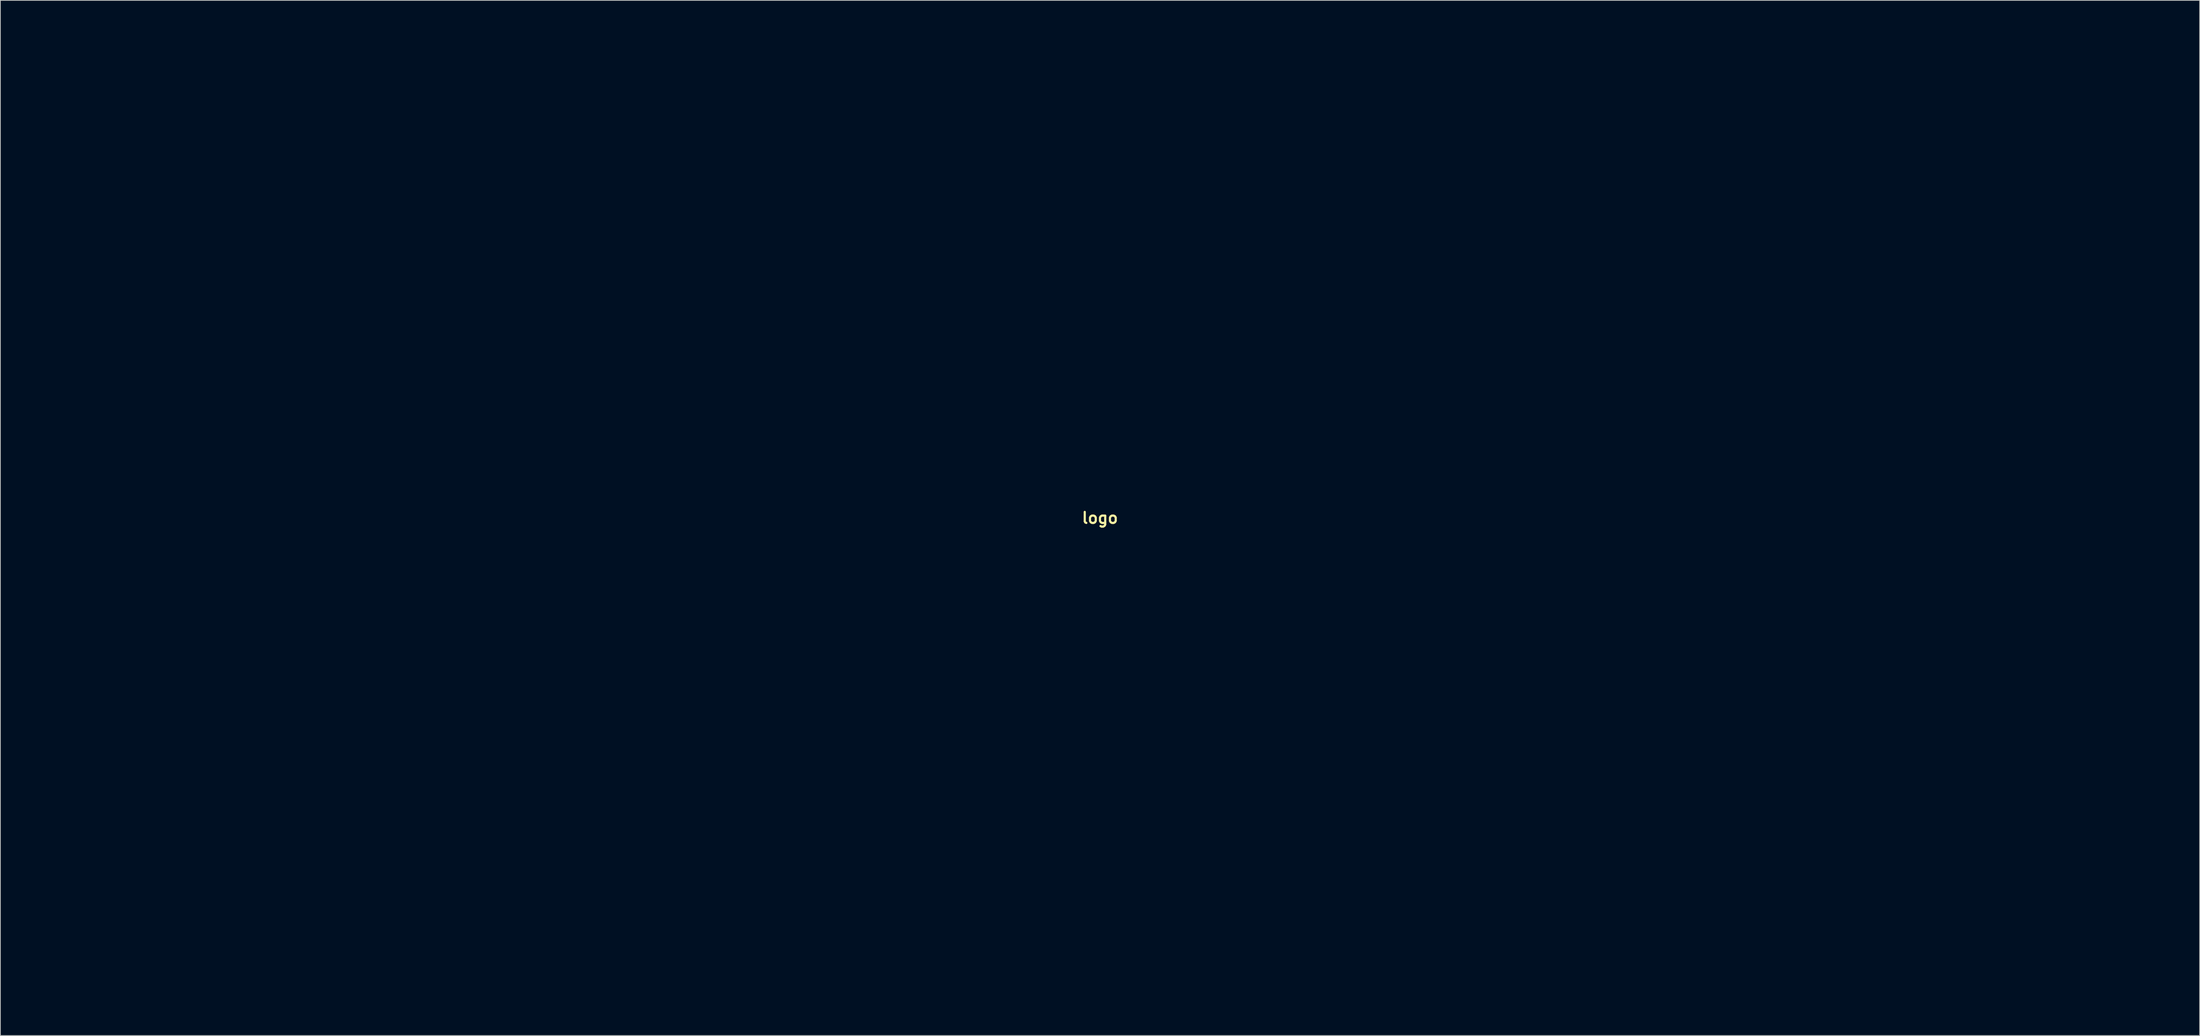
<source format=kicad_pcb>
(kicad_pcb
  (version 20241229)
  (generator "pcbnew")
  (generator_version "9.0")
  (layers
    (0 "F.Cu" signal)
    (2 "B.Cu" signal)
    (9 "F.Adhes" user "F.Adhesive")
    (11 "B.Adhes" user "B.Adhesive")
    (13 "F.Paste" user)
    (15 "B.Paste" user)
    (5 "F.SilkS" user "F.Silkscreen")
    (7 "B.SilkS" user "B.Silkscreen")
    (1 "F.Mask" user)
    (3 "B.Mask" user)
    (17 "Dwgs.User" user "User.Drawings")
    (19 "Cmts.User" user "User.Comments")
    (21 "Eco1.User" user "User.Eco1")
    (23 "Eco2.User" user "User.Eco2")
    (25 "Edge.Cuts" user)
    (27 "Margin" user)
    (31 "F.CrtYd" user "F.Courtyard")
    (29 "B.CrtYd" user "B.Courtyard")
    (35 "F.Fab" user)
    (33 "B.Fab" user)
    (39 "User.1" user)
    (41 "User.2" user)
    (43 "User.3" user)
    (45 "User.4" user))
  (footprint "logo"
    (layer "F.Cu")
    (at 148.966 68.587)
    (property "Reference" "logo" (at 0 0 0) (layer "F.SilkS") (effects (font (size 1.524 1.524) (thickness 0.3))))
    (attr through_hole)
    (fp_poly (pts (xy -148.886 -1.376) (xy -148.907 -1.355) (xy -148.929 -1.376) (xy -148.907 -1.397) (xy -148.886 -1.376)) (stroke (width 0.01) (type solid)) (fill no) (layer "Eco1.User"))
    (fp_poly (pts (xy -148.675 -1.164) (xy -148.696 -1.143) (xy -148.717 -1.164) (xy -148.696 -1.185) (xy -148.675 -1.164)) (stroke (width 0.01) (type solid)) (fill no) (layer "Eco1.User"))
    (fp_poly (pts (xy -148.209 -2.053) (xy -148.23 -2.032) (xy -148.251 -2.053) (xy -148.23 -2.074) (xy -148.209 -2.053)) (stroke (width 0.01) (type solid)) (fill no) (layer "Eco1.User"))
    (fp_poly (pts (xy -148.562 -1.129) (xy -148.568 -1.104) (xy -148.59 -1.101) (xy -148.625 -1.116) (xy -148.618 -1.129) (xy -148.568 -1.134) (xy -148.562 -1.129)) (stroke (width 0.01) (type solid)) (fill no) (layer "Eco1.User"))
    (fp_poly (pts (xy -148.265 -1.129) (xy -148.271 -1.104) (xy -148.294 -1.101) (xy -148.329 -1.116) (xy -148.322 -1.129) (xy -148.272 -1.134) (xy -148.265 -1.129)) (stroke (width 0.01) (type solid)) (fill no) (layer "Eco1.User"))
    (fp_poly (pts (xy -147.969 -1.468) (xy -147.964 -1.417) (xy -147.969 -1.411) (xy -147.994 -1.417) (xy -147.997 -1.439) (xy -147.982 -1.474) (xy -147.969 -1.468)) (stroke (width 0.01) (type solid)) (fill no) (layer "Eco1.User"))
    (fp_poly (pts (xy -147.927 -1.637) (xy -147.922 -1.587) (xy -147.927 -1.58) (xy -147.952 -1.586) (xy -147.955 -1.609) (xy -147.94 -1.644) (xy -147.927 -1.637)) (stroke (width 0.01) (type solid)) (fill no) (layer "Eco1.User"))
    (fp_poly (pts (xy 114.85 -66.463) (xy 114.425 -66.463) (xy 114.437 -67.469) (xy 114.448 -68.474) (xy 114.649 -68.487) (xy 114.85 -68.5) (xy 114.85 -66.463)) (stroke (width 0.01) (type solid)) (fill no) (layer "Eco1.User"))
    (fp_poly (pts (xy -148.652 -2.066) (xy -148.665 -2.035) (xy -148.705 -2.014) (xy -148.754 -2.001) (xy -148.734 -2.032) (xy -148.728 -2.037) (xy -148.673 -2.071) (xy -148.652 -2.066)) (stroke (width 0.01) (type solid)) (fill no) (layer "Eco1.User"))
    (fp_poly (pts (xy -142.409 -2.032) (xy -141.642 -2.032) (xy -141.655 -1.916) (xy -141.668 -1.799) (xy -142.748 -1.775) (xy -142.748 -3.217) (xy -142.409 -3.217) (xy -142.409 -2.032)) (stroke (width 0.01) (type solid)) (fill no) (layer "Eco1.User"))
    (fp_poly (pts (xy -148.942 -1.683) (xy -148.935 -1.575) (xy -148.942 -1.535) (xy -148.954 -1.521) (xy -148.961 -1.58) (xy -148.961 -1.609) (xy -148.957 -1.686) (xy -148.946 -1.695) (xy -148.942 -1.683)) (stroke (width 0.01) (type solid)) (fill no) (layer "Eco1.User"))
    (fp_poly (pts (xy -148.864 -1.299) (xy -148.833 -1.275) (xy -148.775 -1.223) (xy -148.759 -1.201) (xy -148.78 -1.189) (xy -148.836 -1.243) (xy -148.849 -1.259) (xy -148.886 -1.31) (xy -148.864 -1.299)) (stroke (width 0.01) (type solid)) (fill no) (layer "Eco1.User"))
    (fp_poly (pts (xy -148.346 -2.103) (xy -148.336 -2.092) (xy -148.397 -2.086) (xy -148.442 -2.085) (xy -148.524 -2.089) (xy -148.536 -2.099) (xy -148.515 -2.104) (xy -148.405 -2.111) (xy -148.346 -2.103)) (stroke (width 0.01) (type solid)) (fill no) (layer "Eco1.User"))
    (fp_poly (pts (xy -148.812 -1.926) (xy -148.843 -1.884) (xy -148.895 -1.812) (xy -148.917 -1.782) (xy -148.928 -1.795) (xy -148.929 -1.808) (xy -148.899 -1.867) (xy -148.855 -1.91) (xy -148.805 -1.946) (xy -148.812 -1.926)) (stroke (width 0.01) (type solid)) (fill no) (layer "Eco1.User"))
    (fp_poly (pts (xy -148.062 -1.934) (xy -147.992 -1.847) (xy -147.956 -1.783) (xy -147.955 -1.776) (xy -147.96 -1.743) (xy -147.982 -1.757) (xy -148.031 -1.829) (xy -148.073 -1.896) (xy -148.169 -2.053) (xy -148.062 -1.934)) (stroke (width 0.01) (type solid)) (fill no) (layer "Eco1.User"))
    (fp_poly (pts (xy -148.015 -1.328) (xy -148.069 -1.263) (xy -148.082 -1.249) (xy -148.154 -1.178) (xy -148.2 -1.144) (xy -148.203 -1.143) (xy -148.192 -1.17) (xy -148.137 -1.235) (xy -148.124 -1.249) (xy -148.052 -1.32) (xy -148.006 -1.354) (xy -148.004 -1.355) (xy -148.015 -1.328)) (stroke (width 0.01) (type solid)) (fill no) (layer "Eco1.User"))
    (fp_poly (pts (xy -140.335 -2.963) (xy -141.139 -2.963) (xy -141.139 -2.667) (xy -140.377 -2.667) (xy -140.377 -2.413) (xy -141.139 -2.413) (xy -141.139 -2.032) (xy -140.293 -2.032) (xy -140.293 -1.778) (xy -141.436 -1.778) (xy -141.436 -3.217) (xy -140.335 -3.217) (xy -140.335 -2.963)) (stroke (width 0.01) (type solid)) (fill no) (layer "Eco1.User"))
    (fp_poly (pts (xy 113.242 -68.157) (xy 112.226 -68.157) (xy 112.226 -67.744) (xy 113.157 -67.684) (xy 113.157 -67.352) (xy 112.226 -67.352) (xy 112.226 -66.844) (xy 113.284 -66.844) (xy 113.284 -66.463) (xy 111.802 -66.463) (xy 111.802 -68.495) (xy 113.242 -68.495) (xy 113.242 -68.157)) (stroke (width 0.01) (type solid)) (fill no) (layer "Eco1.User"))
    (fp_poly (pts (xy 3.387 67.056) (xy 2.582 67.056) (xy 2.582 67.437) (xy 3.302 67.437) (xy 3.302 67.73) (xy 2.953 67.742) (xy 2.603 67.754) (xy 2.578 68.199) (xy 3.429 68.199) (xy 3.429 68.538) (xy 2.286 68.538) (xy 2.286 66.76) (xy 3.387 66.76) (xy 3.387 67.056)) (stroke (width 0.01) (type solid)) (fill no) (layer "Eco1.User"))
    (fp_poly (pts (xy -7.366 64.008) (xy -8.043 64.008) (xy -8.043 64.431) (xy -7.408 64.431) (xy -7.408 64.77) (xy -8.043 64.77) (xy -8.043 65.275) (xy -7.694 65.287) (xy -7.345 65.299) (xy -7.332 65.479) (xy -7.319 65.659) (xy -8.297 65.659) (xy -8.297 63.669) (xy -7.366 63.669) (xy -7.366 64.008)) (stroke (width 0.01) (type solid)) (fill no) (layer "Eco1.User"))
    (fp_poly (pts (xy -143.002 -2.963) (xy -143.849 -2.963) (xy -143.849 -2.667) (xy -143.087 -2.667) (xy -143.087 -2.413) (xy -143.854 -2.413) (xy -143.841 -2.233) (xy -143.827 -2.053) (xy -143.391 -2.041) (xy -142.954 -2.029) (xy -142.968 -1.914) (xy -142.981 -1.799) (xy -144.145 -1.776) (xy -144.145 -3.217) (xy -143.002 -3.217) (xy -143.002 -2.963)) (stroke (width 0.01) (type solid)) (fill no) (layer "Eco1.User"))
    (fp_poly (pts (xy 5.715 65.786) (xy 5.461 65.786) (xy 5.461 64.431) (xy 5.313 64.431) (xy 5.213 64.424) (xy 5.172 64.388) (xy 5.165 64.314) (xy 5.184 64.22) (xy 5.259 64.162) (xy 5.294 64.147) (xy 5.422 64.056) (xy 5.473 63.968) (xy 5.533 63.868) (xy 5.618 63.839) (xy 5.715 63.839) (xy 5.715 65.786)) (stroke (width 0.01) (type solid)) (fill no) (layer "Eco1.User"))
    (fp_poly (pts (xy 127.937 63.569) (xy 127.976 63.586) (xy 128.037 63.66) (xy 128.059 63.77) (xy 128.036 63.874) (xy 128.005 63.913) (xy 127.862 63.98) (xy 127.712 63.968) (xy 127.677 63.953) (xy 127.592 63.87) (xy 127.554 63.752) (xy 127.574 63.636) (xy 127.595 63.603) (xy 127.68 63.556) (xy 127.807 63.544) (xy 127.937 63.569)) (stroke (width 0.01) (type solid)) (fill no) (layer "Eco1.User"))
    (fp_poly (pts (xy 127.927 62.73) (xy 127.988 62.773) (xy 128.046 62.889) (xy 128.052 63.027) (xy 128.007 63.147) (xy 127.981 63.176) (xy 127.86 63.234) (xy 127.711 63.238) (xy 127.571 63.187) (xy 127.56 63.18) (xy 127.487 63.083) (xy 127.465 62.953) (xy 127.497 62.826) (xy 127.543 62.766) (xy 127.656 62.71) (xy 127.796 62.698) (xy 127.927 62.73)) (stroke (width 0.01) (type solid)) (fill no) (layer "Eco1.User"))
    (fp_poly (pts (xy 142.579 63.415) (xy 142.145 63.416) (xy 141.923 63.418) (xy 141.697 63.426) (xy 141.503 63.436) (xy 141.436 63.441) (xy 141.29 63.45) (xy 141.179 63.447) (xy 141.129 63.434) (xy 141.107 63.372) (xy 141.097 63.268) (xy 141.097 63.26) (xy 141.097 63.119) (xy 141.514 63.119) (xy 141.743 63.116) (xy 141.985 63.108) (xy 142.2 63.096) (xy 142.255 63.092) (xy 142.579 63.064) (xy 142.579 63.415)) (stroke (width 0.01) (type solid)) (fill no) (layer "Eco1.User"))
    (fp_poly (pts (xy 146.854 64.304) (xy 146.251 64.305) (xy 146.011 64.307) (xy 145.782 64.312) (xy 145.585 64.32) (xy 145.445 64.33) (xy 145.426 64.332) (xy 145.203 64.358) (xy 145.203 63.974) (xy 145.796 63.943) (xy 146.389 63.912) (xy 146.389 63.5) (xy 145.288 63.5) (xy 145.288 63.119) (xy 146.389 63.119) (xy 146.389 62.569) (xy 145.119 62.569) (xy 145.119 62.188) (xy 146.854 62.188) (xy 146.854 64.304)) (stroke (width 0.01) (type solid)) (fill no) (layer "Eco1.User"))
    (fp_poly (pts (xy 123.087 -67.702) (xy 123.465 -66.993) (xy 123.477 -67.702) (xy 123.488 -68.411) (xy 123.869 -68.411) (xy 123.858 -67.384) (xy 123.846 -66.358) (xy 123.719 -66.352) (xy 123.596 -66.354) (xy 123.507 -66.365) (xy 123.457 -66.404) (xy 123.379 -66.507) (xy 123.273 -66.677) (xy 123.136 -66.918) (xy 123.042 -67.09) (xy 122.661 -67.797) (xy 122.649 -67.088) (xy 122.638 -66.379) (xy 122.259 -66.379) (xy 122.259 -68.411) (xy 122.708 -68.411) (xy 123.087 -67.702)) (stroke (width 0.01) (type solid)) (fill no) (layer "Eco1.User"))
    (fp_poly (pts (xy -142.875 -0.635) (xy -143.722 -0.635) (xy -143.722 -0.339) (xy -143.341 -0.339) (xy -143.16 -0.338) (xy -143.048 -0.332) (xy -142.988 -0.318) (xy -142.964 -0.289) (xy -142.96 -0.242) (xy -142.96 -0.233) (xy -142.963 -0.183) (xy -142.983 -0.152) (xy -143.036 -0.135) (xy -143.139 -0.128) (xy -143.307 -0.127) (xy -143.341 -0.127) (xy -143.722 -0.127) (xy -143.722 0.212) (xy -142.875 0.212) (xy -142.875 0.466) (xy -144.018 0.466) (xy -144.018 -0.847) (xy -142.875 -0.847) (xy -142.875 -0.635)) (stroke (width 0.01) (type solid)) (fill no) (layer "Eco1.User"))
    (fp_poly (pts (xy -113.393 -21.416) (xy -113.268 -21.327) (xy -113.203 -21.231) (xy -113.159 -21.086) (xy -113.131 -20.889) (xy -113.12 -20.658) (xy -113.124 -20.415) (xy -113.143 -20.179) (xy -113.176 -19.969) (xy -113.221 -19.807) (xy -113.269 -19.72) (xy -113.381 -19.653) (xy -113.522 -19.641) (xy -113.66 -19.682) (xy -113.744 -19.751) (xy -113.803 -19.852) (xy -113.844 -19.989) (xy -113.867 -20.172) (xy -113.876 -20.416) (xy -113.871 -20.712) (xy -113.859 -20.95) (xy -113.842 -21.119) (xy -113.816 -21.233) (xy -113.784 -21.301) (xy -113.672 -21.406) (xy -113.535 -21.443) (xy -113.393 -21.416)) (stroke (width 0.01) (type solid)) (fill no) (layer "Eco1.User"))
    (fp_poly (pts (xy 115.49 -68.487) (xy 115.707 -68.474) (xy 116.072 -67.79) (xy 116.438 -67.105) (xy 116.465 -67.451) (xy 116.48 -67.674) (xy 116.492 -67.919) (xy 116.497 -68.125) (xy 116.501 -68.453) (xy 116.698 -68.453) (xy 116.896 -68.453) (xy 116.868 -67.748) (xy 116.858 -67.483) (xy 116.85 -67.221) (xy 116.844 -66.986) (xy 116.84 -66.8) (xy 116.84 -66.732) (xy 116.84 -66.421) (xy 116.639 -66.422) (xy 116.438 -66.422) (xy 116.057 -67.136) (xy 115.676 -67.849) (xy 115.655 -67.145) (xy 115.633 -66.442) (xy 115.454 -66.429) (xy 115.274 -66.416) (xy 115.274 -68.5) (xy 115.49 -68.487)) (stroke (width 0.01) (type solid)) (fill no) (layer "Eco1.User"))
    (fp_poly (pts (xy -117.639 -21.378) (xy -117.568 -21.301) (xy -117.535 -21.232) (xy -117.512 -21.129) (xy -117.496 -20.977) (xy -117.485 -20.762) (xy -117.481 -20.642) (xy -117.479 -20.316) (xy -117.494 -20.064) (xy -117.531 -19.88) (xy -117.591 -19.754) (xy -117.678 -19.679) (xy -117.796 -19.646) (xy -117.858 -19.643) (xy -117.988 -19.658) (xy -118.068 -19.714) (xy -118.086 -19.738) (xy -118.146 -19.879) (xy -118.191 -20.081) (xy -118.22 -20.321) (xy -118.231 -20.577) (xy -118.225 -20.826) (xy -118.2 -21.046) (xy -118.155 -21.215) (xy -118.146 -21.236) (xy -118.046 -21.364) (xy -117.914 -21.432) (xy -117.77 -21.438) (xy -117.639 -21.378)) (stroke (width 0.01) (type solid)) (fill no) (layer "Eco1.User"))
    (fp_poly (pts (xy -5.086 66.961) (xy -5.059 67.095) (xy -5.023 67.28) (xy -4.986 67.484) (xy -4.971 67.564) (xy -4.937 67.744) (xy -4.905 67.895) (xy -4.879 67.995) (xy -4.87 68.022) (xy -4.853 68.002) (xy -4.825 67.911) (xy -4.789 67.761) (xy -4.748 67.566) (xy -4.72 67.418) (xy -4.599 66.76) (xy -4.149 66.76) (xy -4.149 68.538) (xy -4.445 68.538) (xy -4.455 67.204) (xy -4.585 67.873) (xy -4.715 68.542) (xy -4.866 68.529) (xy -5.016 68.516) (xy -5.271 67.12) (xy -5.294 68.538) (xy -5.588 68.538) (xy -5.588 66.76) (xy -5.129 66.76) (xy -5.086 66.961)) (stroke (width 0.01) (type solid)) (fill no) (layer "Eco1.User"))
    (fp_poly (pts (xy -4.543 61.076) (xy -4.468 61.246) (xy -4.392 61.419) (xy -4.352 61.51) (xy -4.27 61.7) (xy -4.102 61.299) (xy -4.028 61.128) (xy -3.964 60.985) (xy -3.917 60.891) (xy -3.899 60.863) (xy -3.839 60.845) (xy -3.727 60.839) (xy -3.669 60.841) (xy -3.475 60.854) (xy -3.769 61.463) (xy -4.064 62.072) (xy -4.064 62.823) (xy -4.487 62.823) (xy -4.487 62.06) (xy -4.784 61.468) (xy -4.885 61.264) (xy -4.972 61.088) (xy -5.037 60.952) (xy -5.074 60.871) (xy -5.08 60.855) (xy -5.042 60.842) (xy -4.944 60.835) (xy -4.866 60.833) (xy -4.652 60.833) (xy -4.543 61.076)) (stroke (width 0.01) (type solid)) (fill no) (layer "Eco1.User"))
    (fp_poly (pts (xy 119.667 -67.429) (xy 119.655 -66.4) (xy 119.549 -66.394) (xy 119.424 -66.398) (xy 119.348 -66.408) (xy 119.306 -66.421) (xy 119.278 -66.449) (xy 119.262 -66.51) (xy 119.255 -66.617) (xy 119.253 -66.788) (xy 119.253 -66.868) (xy 119.253 -67.31) (xy 118.491 -67.31) (xy 118.491 -66.421) (xy 118.068 -66.421) (xy 118.068 -66.732) (xy 118.069 -66.884) (xy 118.074 -67.097) (xy 118.081 -67.349) (xy 118.09 -67.615) (xy 118.095 -67.748) (xy 118.123 -68.453) (xy 118.488 -68.453) (xy 118.5 -68.061) (xy 118.512 -67.67) (xy 118.881 -67.658) (xy 119.25 -67.645) (xy 119.262 -68.039) (xy 119.274 -68.432) (xy 119.476 -68.445) (xy 119.678 -68.458) (xy 119.667 -67.429)) (stroke (width 0.01) (type solid)) (fill no) (layer "Eco1.User"))
    (fp_poly (pts (xy 131.663 -68.318) (xy 131.882 -68.305) (xy 132.245 -67.627) (xy 132.609 -66.95) (xy 132.637 -67.162) (xy 132.65 -67.296) (xy 132.66 -67.485) (xy 132.667 -67.699) (xy 132.669 -67.829) (xy 132.673 -68.284) (xy 133.054 -68.284) (xy 133.054 -67.934) (xy 133.052 -67.764) (xy 133.046 -67.534) (xy 133.039 -67.273) (xy 133.029 -67.005) (xy 133.026 -66.918) (xy 132.998 -66.252) (xy 132.819 -66.252) (xy 132.698 -66.263) (xy 132.613 -66.293) (xy 132.599 -66.305) (xy 132.567 -66.358) (xy 132.502 -66.473) (xy 132.412 -66.636) (xy 132.303 -66.834) (xy 132.203 -67.022) (xy 131.847 -67.686) (xy 131.836 -66.99) (xy 131.824 -66.294) (xy 131.445 -66.294) (xy 131.445 -68.33) (xy 131.663 -68.318)) (stroke (width 0.01) (type solid)) (fill no) (layer "Eco1.User"))
    (fp_poly (pts (xy 148.943 62.431) (xy 148.952 62.57) (xy 148.96 62.772) (xy 148.966 63.017) (xy 148.97 63.285) (xy 148.971 63.483) (xy 148.971 64.249) (xy 148.495 64.277) (xy 148.255 64.288) (xy 148.002 64.298) (xy 147.774 64.303) (xy 147.669 64.304) (xy 147.32 64.304) (xy 147.32 63.926) (xy 148.484 63.902) (xy 148.497 63.68) (xy 148.51 63.458) (xy 147.405 63.458) (xy 147.405 63.077) (xy 148.509 63.077) (xy 148.497 62.812) (xy 148.484 62.547) (xy 147.86 62.555) (xy 147.235 62.563) (xy 147.235 62.199) (xy 147.432 62.172) (xy 147.545 62.163) (xy 147.721 62.155) (xy 147.94 62.149) (xy 148.181 62.146) (xy 148.272 62.145) (xy 148.916 62.145) (xy 148.943 62.431)) (stroke (width 0.01) (type solid)) (fill no) (layer "Eco1.User"))
    (fp_poly (pts (xy -8.687 62.827) (xy -8.904 62.814) (xy -9.032 62.803) (xy -9.102 62.778) (xy -9.14 62.721) (xy -9.168 62.632) (xy -9.215 62.463) (xy -9.576 62.451) (xy -9.937 62.439) (xy -10.034 62.823) (xy -10.447 62.823) (xy -10.199 62.061) (xy -9.81 62.061) (xy -9.583 62.061) (xy -9.457 62.056) (xy -9.375 62.044) (xy -9.356 62.033) (xy -9.368 61.971) (xy -9.399 61.857) (xy -9.441 61.716) (xy -9.487 61.573) (xy -9.528 61.454) (xy -9.557 61.382) (xy -9.562 61.374) (xy -9.586 61.397) (xy -9.626 61.486) (xy -9.675 61.623) (xy -9.7 61.702) (xy -9.81 62.061) (xy -10.199 62.061) (xy -10.123 61.829) (xy -9.8 60.835) (xy -9.335 60.835) (xy -8.687 62.827)) (stroke (width 0.01) (type solid)) (fill no) (layer "Eco1.User"))
    (fp_poly (pts (xy -6.708 67.416) (xy -6.665 67.634) (xy -6.625 67.815) (xy -6.592 67.946) (xy -6.568 68.014) (xy -6.559 68.019) (xy -6.539 67.956) (xy -6.51 67.831) (xy -6.476 67.667) (xy -6.46 67.585) (xy -6.422 67.382) (xy -6.384 67.181) (xy -6.352 67.016) (xy -6.345 66.982) (xy -6.302 66.76) (xy -5.84 66.76) (xy -5.863 68.516) (xy -6.136 68.543) (xy -6.148 67.831) (xy -6.16 67.12) (xy -6.417 68.516) (xy -6.569 68.529) (xy -6.721 68.542) (xy -6.815 68.021) (xy -6.868 67.733) (xy -6.908 67.527) (xy -6.936 67.401) (xy -6.956 67.353) (xy -6.968 67.381) (xy -6.975 67.485) (xy -6.979 67.661) (xy -6.981 67.871) (xy -6.985 68.538) (xy -7.281 68.538) (xy -7.281 66.76) (xy -6.83 66.76) (xy -6.708 67.416)) (stroke (width 0.01) (type solid)) (fill no) (layer "Eco1.User"))
    (fp_poly (pts (xy 138.32 63.215) (xy 138.429 63.492) (xy 138.527 63.744) (xy 138.61 63.959) (xy 138.673 64.127) (xy 138.713 64.237) (xy 138.726 64.277) (xy 138.688 64.291) (xy 138.588 64.298) (xy 138.465 64.296) (xy 138.204 64.283) (xy 137.941 63.5) (xy 137.859 63.263) (xy 137.785 63.061) (xy 137.723 62.906) (xy 137.678 62.808) (xy 137.654 62.778) (xy 137.653 62.78) (xy 137.633 62.84) (xy 137.592 62.966) (xy 137.536 63.145) (xy 137.468 63.362) (xy 137.399 63.585) (xy 137.17 64.326) (xy 136.908 64.338) (xy 136.765 64.343) (xy 136.689 64.336) (xy 136.664 64.313) (xy 136.67 64.275) (xy 136.691 64.215) (xy 136.738 64.088) (xy 136.805 63.905) (xy 136.889 63.678) (xy 136.986 63.418) (xy 137.065 63.204) (xy 137.436 62.209) (xy 137.675 62.196) (xy 137.913 62.184) (xy 138.32 63.215)) (stroke (width 0.01) (type solid)) (fill no) (layer "Eco1.User"))
    (fp_poly (pts (xy -6.202 64.388) (xy -6.161 64.62) (xy -6.124 64.82) (xy -6.093 64.972) (xy -6.071 65.065) (xy -6.061 65.088) (xy -6.049 65.044) (xy -6.025 64.933) (xy -5.993 64.773) (xy -5.955 64.581) (xy -5.916 64.374) (xy -5.878 64.168) (xy -5.844 63.98) (xy -5.818 63.828) (xy -5.802 63.729) (xy -5.8 63.702) (xy -5.763 63.68) (xy -5.672 63.669) (xy -5.659 63.669) (xy -5.519 63.669) (xy -5.731 64.664) (xy -5.943 65.659) (xy -6.063 65.659) (xy -6.156 65.642) (xy -6.2 65.606) (xy -6.213 65.55) (xy -6.241 65.425) (xy -6.28 65.243) (xy -6.328 65.018) (xy -6.381 64.764) (xy -6.393 64.707) (xy -6.447 64.444) (xy -6.497 64.205) (xy -6.54 64.004) (xy -6.571 63.855) (xy -6.589 63.772) (xy -6.591 63.765) (xy -6.596 63.7) (xy -6.555 63.674) (xy -6.469 63.669) (xy -6.325 63.669) (xy -6.202 64.388)) (stroke (width 0.01) (type solid)) (fill no) (layer "Eco1.User"))
    (fp_poly (pts (xy -138.44 -0.821) (xy -138.278 -0.744) (xy -138.167 -0.6) (xy -138.106 -0.388) (xy -138.091 -0.179) (xy -138.11 0.059) (xy -138.163 0.251) (xy -138.245 0.381) (xy -138.294 0.419) (xy -138.462 0.474) (xy -138.652 0.487) (xy -138.822 0.456) (xy -138.84 0.448) (xy -138.979 0.341) (xy -139.077 0.173) (xy -139.127 -0.04) (xy -139.127 -0.197) (xy -138.811 -0.197) (xy -138.796 0.035) (xy -138.751 0.194) (xy -138.68 0.278) (xy -138.582 0.285) (xy -138.493 0.237) (xy -138.446 0.183) (xy -138.417 0.09) (xy -138.401 -0.062) (xy -138.398 -0.112) (xy -138.404 -0.352) (xy -138.447 -0.517) (xy -138.528 -0.608) (xy -138.585 -0.627) (xy -138.689 -0.616) (xy -138.76 -0.544) (xy -138.799 -0.404) (xy -138.811 -0.197) (xy -139.127 -0.197) (xy -139.126 -0.285) (xy -139.108 -0.399) (xy -139.041 -0.604) (xy -138.934 -0.739) (xy -138.778 -0.813) (xy -138.654 -0.833) (xy -138.44 -0.821)) (stroke (width 0.01) (type solid)) (fill no) (layer "Eco1.User"))
    (fp_poly (pts (xy 110.342 -68.516) (xy 110.617 -68.511) (xy 110.824 -68.495) (xy 110.977 -68.461) (xy 111.093 -68.405) (xy 111.187 -68.321) (xy 111.275 -68.204) (xy 111.276 -68.202) (xy 111.372 -67.992) (xy 111.423 -67.736) (xy 111.429 -67.458) (xy 111.392 -67.184) (xy 111.311 -66.94) (xy 111.262 -66.849) (xy 111.171 -66.721) (xy 111.074 -66.628) (xy 110.954 -66.566) (xy 110.796 -66.529) (xy 110.585 -66.51) (xy 110.31 -66.506) (xy 109.769 -66.506) (xy 109.78 -67.511) (xy 109.787 -68.157) (xy 110.194 -68.157) (xy 110.194 -66.844) (xy 110.438 -66.844) (xy 110.625 -66.859) (xy 110.757 -66.898) (xy 110.777 -66.91) (xy 110.904 -67.043) (xy 110.982 -67.23) (xy 111.013 -67.482) (xy 111.014 -67.543) (xy 110.996 -67.78) (xy 110.946 -67.967) (xy 110.866 -68.091) (xy 110.806 -68.13) (xy 110.729 -68.144) (xy 110.598 -68.154) (xy 110.465 -68.157) (xy 110.194 -68.157) (xy 109.787 -68.157) (xy 109.791 -68.516) (xy 110.342 -68.516)) (stroke (width 0.01) (type solid)) (fill no) (layer "Eco1.User"))
    (fp_poly (pts (xy 1.878 66.888) (xy 1.988 67.072) (xy 2.024 67.266) (xy 1.987 67.453) (xy 1.899 67.589) (xy 1.846 67.658) (xy 1.853 67.704) (xy 1.881 67.731) (xy 1.924 67.786) (xy 1.955 67.878) (xy 1.979 68.022) (xy 1.998 68.233) (xy 2.002 68.294) (xy 2.018 68.538) (xy 1.705 68.538) (xy 1.683 68.234) (xy 1.66 68.038) (xy 1.615 67.913) (xy 1.537 67.847) (xy 1.415 67.824) (xy 1.312 67.827) (xy 1.122 67.839) (xy 1.11 68.188) (xy 1.097 68.538) (xy 0.804 68.538) (xy 0.804 67.056) (xy 1.101 67.056) (xy 1.101 67.522) (xy 1.33 67.522) (xy 1.472 67.517) (xy 1.586 67.505) (xy 1.626 67.496) (xy 1.671 67.439) (xy 1.692 67.335) (xy 1.688 67.219) (xy 1.657 67.125) (xy 1.643 67.107) (xy 1.575 67.079) (xy 1.453 67.061) (xy 1.346 67.056) (xy 1.101 67.056) (xy 0.804 67.056) (xy 0.804 66.76) (xy 1.77 66.76) (xy 1.878 66.888)) (stroke (width 0.01) (type solid)) (fill no) (layer "Eco1.User"))
    (fp_poly (pts (xy -112.978 -1.866) (xy -112.999 -1.064) (xy -112.835 -1.051) (xy -112.67 -1.037) (xy -112.67 -0.847) (xy -112.674 -0.729) (xy -112.696 -0.672) (xy -112.757 -0.65) (xy -112.825 -0.643) (xy -112.925 -0.623) (xy -112.987 -0.572) (xy -113.018 -0.474) (xy -113.029 -0.311) (xy -113.029 -0.265) (xy -113.03 -0.085) (xy -113.58 -0.085) (xy -113.58 -0.677) (xy -114.723 -0.677) (xy -114.723 -0.911) (xy -114.722 -0.989) (xy -114.715 -1.057) (xy -114.714 -1.058) (xy -114.308 -1.058) (xy -113.587 -1.058) (xy -113.56 -1.323) (xy -113.547 -1.518) (xy -113.542 -1.738) (xy -113.546 -1.87) (xy -113.559 -2.153) (xy -113.856 -1.725) (xy -113.978 -1.547) (xy -114.09 -1.384) (xy -114.179 -1.253) (xy -114.23 -1.177) (xy -114.308 -1.058) (xy -114.714 -1.058) (xy -114.695 -1.126) (xy -114.656 -1.207) (xy -114.593 -1.311) (xy -114.5 -1.449) (xy -114.369 -1.633) (xy -114.196 -1.872) (xy -114.171 -1.906) (xy -113.619 -2.667) (xy -112.957 -2.667) (xy -112.978 -1.866)) (stroke (width 0.01) (type solid)) (fill no) (layer "Eco1.User"))
    (fp_poly (pts (xy 10.315 63.828) (xy 10.392 63.857) (xy 10.536 63.961) (xy 10.628 64.13) (xy 10.666 64.364) (xy 10.668 64.431) (xy 10.648 64.643) (xy 10.582 64.835) (xy 10.46 65.033) (xy 10.352 65.169) (xy 10.256 65.284) (xy 10.188 65.374) (xy 10.16 65.419) (xy 10.16 65.42) (xy 10.198 65.434) (xy 10.298 65.444) (xy 10.414 65.447) (xy 10.668 65.447) (xy 10.668 65.786) (xy 9.827 65.786) (xy 9.85 65.627) (xy 9.927 65.352) (xy 10.062 65.091) (xy 10.146 64.98) (xy 10.277 64.819) (xy 10.358 64.694) (xy 10.4 64.582) (xy 10.414 64.459) (xy 10.414 64.427) (xy 10.392 64.265) (xy 10.338 64.168) (xy 10.265 64.138) (xy 10.188 64.18) (xy 10.123 64.296) (xy 10.103 64.361) (xy 10.067 64.467) (xy 10.014 64.511) (xy 9.965 64.516) (xy 9.898 64.505) (xy 9.869 64.457) (xy 9.864 64.357) (xy 9.892 64.173) (xy 9.967 64.005) (xy 10.074 63.881) (xy 10.126 63.848) (xy 10.221 63.817) (xy 10.315 63.828)) (stroke (width 0.01) (type solid)) (fill no) (layer "Eco1.User"))
    (fp_poly (pts (xy -139.152 -3.2) (xy -138.962 -3.104) (xy -138.838 -2.962) (xy -138.781 -2.846) (xy -138.785 -2.782) (xy -138.856 -2.755) (xy -138.933 -2.752) (xy -139.049 -2.762) (xy -139.105 -2.801) (xy -139.119 -2.836) (xy -139.181 -2.919) (xy -139.296 -2.974) (xy -139.436 -2.99) (xy -139.499 -2.982) (xy -139.623 -2.915) (xy -139.716 -2.788) (xy -139.772 -2.623) (xy -139.784 -2.44) (xy -139.748 -2.261) (xy -139.723 -2.204) (xy -139.65 -2.101) (xy -139.552 -2.049) (xy -139.402 -2.032) (xy -139.38 -2.032) (xy -139.259 -2.053) (xy -139.165 -2.13) (xy -139.143 -2.159) (xy -139.049 -2.253) (xy -138.936 -2.285) (xy -138.909 -2.286) (xy -138.809 -2.273) (xy -138.774 -2.228) (xy -138.799 -2.139) (xy -138.852 -2.045) (xy -138.987 -1.898) (xy -139.175 -1.8) (xy -139.393 -1.758) (xy -139.604 -1.777) (xy -139.817 -1.86) (xy -139.968 -1.995) (xy -140.062 -2.188) (xy -140.1 -2.443) (xy -140.101 -2.498) (xy -140.071 -2.765) (xy -139.982 -2.975) (xy -139.834 -3.124) (xy -139.63 -3.211) (xy -139.401 -3.234) (xy -139.152 -3.2)) (stroke (width 0.01) (type solid)) (fill no) (layer "Eco1.User"))
    (fp_poly (pts (xy -1.644 66.761) (xy -1.507 66.768) (xy -1.416 66.784) (xy -1.348 66.813) (xy -1.285 66.86) (xy -1.273 66.869) (xy -1.15 67.022) (xy -1.069 67.225) (xy -1.028 67.459) (xy -1.028 67.706) (xy -1.066 67.948) (xy -1.14 68.167) (xy -1.25 68.344) (xy -1.394 68.462) (xy -1.397 68.464) (xy -1.497 68.495) (xy -1.645 68.519) (xy -1.817 68.535) (xy -1.988 68.542) (xy -2.135 68.538) (xy -2.234 68.522) (xy -2.258 68.509) (xy -2.266 68.46) (xy -2.274 68.34) (xy -2.28 68.161) (xy -2.284 67.936) (xy -2.286 67.68) (xy -2.286 67.62) (xy -2.286 67.056) (xy -1.947 67.056) (xy -1.947 68.199) (xy -1.742 68.199) (xy -1.581 68.184) (xy -1.481 68.135) (xy -1.467 68.122) (xy -1.405 68.008) (xy -1.361 67.841) (xy -1.338 67.65) (xy -1.343 67.464) (xy -1.351 67.415) (xy -1.403 67.233) (xy -1.485 67.121) (xy -1.612 67.067) (xy -1.742 67.056) (xy -1.947 67.056) (xy -2.286 67.056) (xy -2.286 66.76) (xy -1.845 66.76) (xy -1.644 66.761)) (stroke (width 0.01) (type solid)) (fill no) (layer "Eco1.User"))
    (fp_poly (pts (xy 0.054 66.722) (xy 0.157 66.766) (xy 0.333 66.885) (xy 0.456 67.045) (xy 0.531 67.257) (xy 0.561 67.532) (xy 0.563 67.625) (xy 0.536 67.942) (xy 0.457 68.2) (xy 0.328 68.396) (xy 0.247 68.467) (xy 0.112 68.528) (xy -0.064 68.562) (xy -0.244 68.564) (xy -0.38 68.535) (xy -0.567 68.412) (xy -0.708 68.22) (xy -0.8 67.967) (xy -0.833 67.761) (xy -0.832 67.559) (xy -0.522 67.559) (xy -0.515 67.781) (xy -0.466 67.984) (xy -0.376 68.14) (xy -0.369 68.148) (xy -0.245 68.225) (xy -0.097 68.237) (xy 0.047 68.188) (xy 0.143 68.102) (xy 0.206 67.965) (xy 0.242 67.779) (xy 0.251 67.572) (xy 0.231 67.377) (xy 0.182 67.226) (xy 0.077 67.096) (xy -0.059 67.028) (xy -0.204 67.023) (xy -0.337 67.085) (xy -0.407 67.164) (xy -0.487 67.345) (xy -0.522 67.559) (xy -0.832 67.559) (xy -0.832 67.465) (xy -0.778 67.205) (xy -0.676 66.991) (xy -0.535 66.828) (xy -0.361 66.724) (xy -0.162 66.686) (xy 0.054 66.722)) (stroke (width 0.01) (type solid)) (fill no) (layer "Eco1.User"))
    (fp_poly (pts (xy 7.832 67.326) (xy 7.833 67.545) (xy 7.837 67.694) (xy 7.847 67.788) (xy 7.864 67.839) (xy 7.892 67.864) (xy 7.916 67.873) (xy 7.981 67.918) (xy 8.001 68.021) (xy 8.001 68.026) (xy 7.989 68.12) (xy 7.942 68.155) (xy 7.916 68.157) (xy 7.863 68.169) (xy 7.838 68.221) (xy 7.832 68.333) (xy 7.832 68.347) (xy 7.829 68.464) (xy 7.807 68.52) (xy 7.749 68.536) (xy 7.684 68.538) (xy 7.592 68.534) (xy 7.549 68.506) (xy 7.536 68.432) (xy 7.535 68.347) (xy 7.535 68.157) (xy 6.985 68.157) (xy 6.985 67.987) (xy 7 67.877) (xy 7.005 67.86) (xy 7.202 67.86) (xy 7.535 67.86) (xy 7.535 67.515) (xy 7.534 67.358) (xy 7.529 67.243) (xy 7.522 67.188) (xy 7.519 67.187) (xy 7.496 67.231) (xy 7.446 67.333) (xy 7.38 67.474) (xy 7.353 67.532) (xy 7.202 67.86) (xy 7.005 67.86) (xy 7.046 67.732) (xy 7.129 67.537) (xy 7.239 67.309) (xy 7.494 66.802) (xy 7.832 66.802) (xy 7.832 67.326)) (stroke (width 0.01) (type solid)) (fill no) (layer "Eco1.User"))
    (fp_poly (pts (xy 127.677 -67.519) (xy 128.046 -67.923) (xy 128.414 -68.326) (xy 128.967 -68.326) (xy 128.576 -67.934) (xy 128.43 -67.785) (xy 128.309 -67.657) (xy 128.224 -67.561) (xy 128.186 -67.51) (xy 128.185 -67.507) (xy 128.208 -67.462) (xy 128.271 -67.36) (xy 128.367 -67.213) (xy 128.488 -67.033) (xy 128.59 -66.883) (xy 128.995 -66.294) (xy 128.745 -66.294) (xy 128.58 -66.302) (xy 128.478 -66.331) (xy 128.431 -66.368) (xy 128.38 -66.435) (xy 128.297 -66.553) (xy 128.196 -66.701) (xy 128.143 -66.781) (xy 128.024 -66.961) (xy 127.942 -67.079) (xy 127.887 -67.144) (xy 127.847 -67.165) (xy 127.814 -67.149) (xy 127.775 -67.107) (xy 127.765 -67.095) (xy 127.719 -67.022) (xy 127.693 -66.926) (xy 127.681 -66.783) (xy 127.679 -66.664) (xy 127.677 -66.336) (xy 127.254 -66.336) (xy 127.254 -67.194) (xy 127.256 -67.466) (xy 127.26 -67.718) (xy 127.265 -67.936) (xy 127.272 -68.103) (xy 127.28 -68.203) (xy 127.281 -68.21) (xy 127.302 -68.308) (xy 127.34 -68.354) (xy 127.422 -68.368) (xy 127.492 -68.368) (xy 127.677 -68.368) (xy 127.677 -67.519)) (stroke (width 0.01) (type solid)) (fill no) (layer "Eco1.User"))
    (fp_poly (pts (xy -111.793 -2.703) (xy -111.734 -2.696) (xy -111.731 -2.695) (xy -111.715 -2.651) (xy -111.677 -2.537) (xy -111.622 -2.365) (xy -111.554 -2.147) (xy -111.476 -1.893) (xy -111.421 -1.715) (xy -111.339 -1.444) (xy -111.264 -1.201) (xy -111.2 -0.998) (xy -111.151 -0.845) (xy -111.121 -0.755) (xy -111.113 -0.736) (xy -111.095 -0.769) (xy -111.053 -0.872) (xy -110.991 -1.033) (xy -110.914 -1.243) (xy -110.825 -1.489) (xy -110.756 -1.682) (xy -110.416 -2.646) (xy -110.093 -2.658) (xy -109.94 -2.661) (xy -109.826 -2.657) (xy -109.772 -2.648) (xy -109.77 -2.645) (xy -109.786 -2.601) (xy -109.83 -2.489) (xy -109.9 -2.317) (xy -109.99 -2.095) (xy -110.098 -1.832) (xy -110.22 -1.537) (xy -110.305 -1.331) (xy -110.84 -0.042) (xy -111.132 -0.042) (xy -111.293 -0.046) (xy -111.389 -0.061) (xy -111.438 -0.09) (xy -111.453 -0.116) (xy -111.474 -0.173) (xy -111.52 -0.3) (xy -111.587 -0.485) (xy -111.671 -0.72) (xy -111.77 -0.993) (xy -111.878 -1.294) (xy -111.931 -1.439) (xy -112.38 -2.688) (xy -112.065 -2.701) (xy -111.91 -2.704) (xy -111.793 -2.703)) (stroke (width 0.01) (type solid)) (fill no) (layer "Eco1.User"))
    (fp_poly (pts (xy 2.415 64.051) (xy 2.498 64.085) (xy 2.594 64.158) (xy 2.686 64.264) (xy 2.761 64.382) (xy 2.804 64.489) (xy 2.804 64.563) (xy 2.797 64.572) (xy 2.731 64.594) (xy 2.63 64.587) (xy 2.531 64.559) (xy 2.465 64.518) (xy 2.455 64.495) (xy 2.418 64.42) (xy 2.327 64.352) (xy 2.211 64.31) (xy 2.157 64.304) (xy 2.032 64.343) (xy 1.928 64.447) (xy 1.854 64.598) (xy 1.819 64.777) (xy 1.83 64.967) (xy 1.837 64.999) (xy 1.908 65.145) (xy 2.022 65.239) (xy 2.158 65.277) (xy 2.296 65.252) (xy 2.413 65.159) (xy 2.42 65.151) (xy 2.514 65.057) (xy 2.626 65.025) (xy 2.654 65.024) (xy 2.757 65.042) (xy 2.794 65.101) (xy 2.766 65.207) (xy 2.711 65.308) (xy 2.571 65.461) (xy 2.383 65.559) (xy 2.169 65.595) (xy 1.949 65.562) (xy 1.926 65.554) (xy 1.718 65.437) (xy 1.556 65.26) (xy 1.45 65.043) (xy 1.41 64.803) (xy 1.419 64.67) (xy 1.48 64.459) (xy 1.584 64.27) (xy 1.715 64.127) (xy 1.794 64.077) (xy 1.987 64.021) (xy 2.207 64.013) (xy 2.415 64.051)) (stroke (width 0.01) (type solid)) (fill no) (layer "Eco1.User"))
    (fp_poly (pts (xy 4.863 60.867) (xy 5.047 60.982) (xy 5.177 61.146) (xy 5.243 61.353) (xy 5.249 61.446) (xy 5.234 61.611) (xy 5.184 61.753) (xy 5.086 61.887) (xy 4.931 62.029) (xy 4.744 62.167) (xy 4.596 62.273) (xy 4.475 62.363) (xy 4.398 62.426) (xy 4.38 62.445) (xy 4.408 62.462) (xy 4.509 62.475) (xy 4.671 62.483) (xy 4.802 62.484) (xy 5.249 62.484) (xy 5.249 62.865) (xy 3.799 62.865) (xy 3.822 62.693) (xy 3.858 62.546) (xy 3.929 62.408) (xy 4.048 62.266) (xy 4.223 62.108) (xy 4.389 61.978) (xy 4.572 61.836) (xy 4.695 61.729) (xy 4.772 61.641) (xy 4.811 61.561) (xy 4.825 61.472) (xy 4.826 61.432) (xy 4.789 61.308) (xy 4.695 61.2) (xy 4.574 61.136) (xy 4.522 61.129) (xy 4.426 61.164) (xy 4.327 61.247) (xy 4.254 61.35) (xy 4.233 61.424) (xy 4.223 61.475) (xy 4.178 61.501) (xy 4.077 61.51) (xy 4.018 61.51) (xy 3.803 61.51) (xy 3.833 61.373) (xy 3.917 61.131) (xy 4.051 60.957) (xy 4.237 60.849) (xy 4.376 60.815) (xy 4.636 60.809) (xy 4.863 60.867)) (stroke (width 0.01) (type solid)) (fill no) (layer "Eco1.User"))
    (fp_poly (pts (xy -8.018 66.722) (xy -7.975 66.737) (xy -7.79 66.846) (xy -7.658 67.007) (xy -7.576 67.227) (xy -7.541 67.509) (xy -7.543 67.734) (xy -7.556 67.928) (xy -7.577 68.065) (xy -7.613 68.17) (xy -7.67 68.27) (xy -7.678 68.283) (xy -7.837 68.452) (xy -8.034 68.552) (xy -8.254 68.577) (xy -8.482 68.524) (xy -8.493 68.519) (xy -8.657 68.404) (xy -8.783 68.23) (xy -8.87 68.013) (xy -8.917 67.769) (xy -8.92 67.612) (xy -8.621 67.612) (xy -8.604 67.822) (xy -8.545 68.01) (xy -8.477 68.119) (xy -8.391 68.204) (xy -8.3 68.234) (xy -8.201 68.233) (xy -8.059 68.202) (xy -7.96 68.125) (xy -7.945 68.106) (xy -7.885 67.975) (xy -7.846 67.792) (xy -7.832 67.587) (xy -7.848 67.388) (xy -7.851 67.371) (xy -7.916 67.198) (xy -8.026 67.079) (xy -8.165 67.022) (xy -8.316 67.033) (xy -8.435 67.098) (xy -8.536 67.226) (xy -8.598 67.405) (xy -8.621 67.612) (xy -8.92 67.612) (xy -8.922 67.516) (xy -8.884 67.27) (xy -8.803 67.047) (xy -8.676 66.866) (xy -8.613 66.808) (xy -8.438 66.72) (xy -8.229 66.69) (xy -8.018 66.722)) (stroke (width 0.01) (type solid)) (fill no) (layer "Eco1.User"))
    (fp_poly (pts (xy -2.836 63.509) (xy -2.603 63.521) (xy -2.256 64.516) (xy -2.16 64.789) (xy -2.075 65.035) (xy -2.003 65.242) (xy -1.948 65.4) (xy -1.915 65.497) (xy -1.906 65.524) (xy -1.944 65.529) (xy -2.041 65.528) (xy -2.127 65.524) (xy -2.349 65.511) (xy -2.477 65.109) (xy -2.844 65.109) (xy -3.211 65.109) (xy -3.281 65.32) (xy -3.351 65.532) (xy -3.564 65.532) (xy -3.697 65.525) (xy -3.756 65.502) (xy -3.758 65.479) (xy -3.74 65.426) (xy -3.697 65.304) (xy -3.635 65.126) (xy -3.558 64.903) (xy -3.493 64.717) (xy -3.08 64.717) (xy -3.065 64.749) (xy -2.986 64.766) (xy -2.862 64.77) (xy -2.72 64.762) (xy -2.638 64.741) (xy -2.625 64.724) (xy -2.637 64.655) (xy -2.668 64.535) (xy -2.711 64.389) (xy -2.757 64.242) (xy -2.799 64.119) (xy -2.83 64.046) (xy -2.835 64.038) (xy -2.86 64.059) (xy -2.899 64.146) (xy -2.946 64.281) (xy -2.963 64.334) (xy -3.011 64.495) (xy -3.051 64.628) (xy -3.076 64.708) (xy -3.08 64.717) (xy -3.493 64.717) (xy -3.469 64.646) (xy -3.405 64.462) (xy -3.069 63.497) (xy -2.836 63.509)) (stroke (width 0.01) (type solid)) (fill no) (layer "Eco1.User"))
    (fp_poly (pts (xy -3.113 66.694) (xy -2.894 66.765) (xy -2.722 66.907) (xy -2.599 67.115) (xy -2.525 67.39) (xy -2.511 67.499) (xy -2.512 67.799) (xy -2.567 68.061) (xy -2.671 68.277) (xy -2.816 68.442) (xy -2.995 68.546) (xy -3.201 68.583) (xy -3.426 68.546) (xy -3.5 68.518) (xy -3.605 68.447) (xy -3.714 68.335) (xy -3.753 68.282) (xy -3.81 68.185) (xy -3.847 68.089) (xy -3.87 67.968) (xy -3.883 67.797) (xy -3.887 67.707) (xy -3.89 67.623) (xy -3.598 67.623) (xy -3.576 67.885) (xy -3.509 68.075) (xy -3.397 68.194) (xy -3.241 68.241) (xy -3.215 68.241) (xy -3.082 68.222) (xy -2.98 68.149) (xy -2.951 68.117) (xy -2.856 67.945) (xy -2.813 67.724) (xy -2.824 67.479) (xy -2.837 67.412) (xy -2.908 67.21) (xy -3.014 67.076) (xy -3.147 67.016) (xy -3.185 67.014) (xy -3.359 67.049) (xy -3.486 67.154) (xy -3.566 67.33) (xy -3.598 67.574) (xy -3.598 67.623) (xy -3.89 67.623) (xy -3.894 67.513) (xy -3.889 67.376) (xy -3.87 67.269) (xy -3.832 67.165) (xy -3.792 67.08) (xy -3.654 66.876) (xy -3.476 66.744) (xy -3.267 66.688) (xy -3.113 66.694)) (stroke (width 0.01) (type solid)) (fill no) (layer "Eco1.User"))
    (fp_poly (pts (xy 1.406 60.847) (xy 1.613 60.939) (xy 1.761 61.087) (xy 1.845 61.286) (xy 1.863 61.456) (xy 1.849 61.61) (xy 1.8 61.746) (xy 1.706 61.878) (xy 1.558 62.019) (xy 1.346 62.182) (xy 1.312 62.206) (xy 0.953 62.463) (xy 1.418 62.484) (xy 1.884 62.505) (xy 1.884 62.844) (xy 1.154 62.855) (xy 0.889 62.859) (xy 0.698 62.86) (xy 0.568 62.857) (xy 0.487 62.849) (xy 0.444 62.834) (xy 0.427 62.812) (xy 0.423 62.781) (xy 0.423 62.78) (xy 0.448 62.648) (xy 0.512 62.489) (xy 0.598 62.341) (xy 0.648 62.278) (xy 0.724 62.206) (xy 0.847 62.103) (xy 0.994 61.988) (xy 1.047 61.948) (xy 1.222 61.812) (xy 1.337 61.706) (xy 1.403 61.613) (xy 1.433 61.519) (xy 1.439 61.431) (xy 1.407 61.29) (xy 1.323 61.196) (xy 1.209 61.149) (xy 1.084 61.153) (xy 0.971 61.209) (xy 0.889 61.318) (xy 0.868 61.382) (xy 0.845 61.459) (xy 0.803 61.497) (xy 0.718 61.509) (xy 0.633 61.51) (xy 0.425 61.51) (xy 0.451 61.373) (xy 0.529 61.14) (xy 0.667 60.967) (xy 0.859 60.858) (xy 1.102 60.815) (xy 1.143 60.815) (xy 1.406 60.847)) (stroke (width 0.01) (type solid)) (fill no) (layer "Eco1.User"))
    (fp_poly (pts (xy 108.558 -68.53) (xy 108.576 -68.529) (xy 108.811 -68.516) (xy 109.122 -67.585) (xy 109.211 -67.316) (xy 109.293 -67.071) (xy 109.363 -66.862) (xy 109.416 -66.702) (xy 109.448 -66.603) (xy 109.456 -66.58) (xy 109.459 -66.537) (xy 109.421 -66.514) (xy 109.324 -66.506) (xy 109.252 -66.506) (xy 109.024 -66.506) (xy 108.97 -66.717) (xy 108.916 -66.929) (xy 108.177 -66.929) (xy 108.052 -66.527) (xy 107.613 -66.501) (xy 107.85 -67.17) (xy 107.903 -67.32) (xy 108.331 -67.32) (xy 108.369 -67.286) (xy 108.485 -67.27) (xy 108.567 -67.268) (xy 108.7 -67.27) (xy 108.766 -67.283) (xy 108.784 -67.313) (xy 108.774 -67.357) (xy 108.748 -67.443) (xy 108.708 -67.579) (xy 108.667 -67.722) (xy 108.625 -67.864) (xy 108.59 -67.97) (xy 108.57 -68.017) (xy 108.57 -68.017) (xy 108.55 -67.989) (xy 108.513 -67.901) (xy 108.466 -67.775) (xy 108.418 -67.633) (xy 108.374 -67.495) (xy 108.343 -67.383) (xy 108.331 -67.32) (xy 107.903 -67.32) (xy 107.937 -67.418) (xy 108.023 -67.662) (xy 108.1 -67.88) (xy 108.16 -68.05) (xy 108.183 -68.114) (xy 108.249 -68.303) (xy 108.297 -68.426) (xy 108.339 -68.497) (xy 108.388 -68.529) (xy 108.457 -68.536) (xy 108.558 -68.53)) (stroke (width 0.01) (type solid)) (fill no) (layer "Eco1.User"))
    (fp_poly (pts (xy 130.46 -68.34) (xy 130.691 -68.229) (xy 130.873 -68.053) (xy 131.001 -67.814) (xy 131.059 -67.599) (xy 131.082 -67.289) (xy 131.046 -66.996) (xy 130.956 -66.733) (xy 130.818 -66.516) (xy 130.636 -66.358) (xy 130.618 -66.348) (xy 130.455 -66.289) (xy 130.245 -66.257) (xy 130.023 -66.253) (xy 129.823 -66.281) (xy 129.73 -66.311) (xy 129.539 -66.437) (xy 129.389 -66.624) (xy 129.283 -66.854) (xy 129.223 -67.112) (xy 129.213 -67.31) (xy 129.625 -67.31) (xy 129.635 -67.142) (xy 129.662 -66.985) (xy 129.686 -66.907) (xy 129.793 -66.747) (xy 129.945 -66.644) (xy 130.12 -66.605) (xy 130.3 -66.632) (xy 130.463 -66.731) (xy 130.472 -66.739) (xy 130.585 -66.9) (xy 130.653 -67.111) (xy 130.675 -67.346) (xy 130.648 -67.581) (xy 130.579 -67.773) (xy 130.459 -67.917) (xy 130.292 -68.002) (xy 130.096 -68.019) (xy 130.08 -68.017) (xy 129.889 -67.955) (xy 129.749 -67.827) (xy 129.662 -67.633) (xy 129.626 -67.371) (xy 129.625 -67.31) (xy 129.213 -67.31) (xy 129.21 -67.382) (xy 129.247 -67.649) (xy 129.336 -67.897) (xy 129.479 -68.111) (xy 129.482 -68.114) (xy 129.648 -68.258) (xy 129.845 -68.344) (xy 130.09 -68.378) (xy 130.185 -68.38) (xy 130.46 -68.34)) (stroke (width 0.01) (type solid)) (fill no) (layer "Eco1.User"))
    (fp_poly (pts (xy 121.219 -68.45) (xy 121.418 -68.387) (xy 121.59 -68.268) (xy 121.674 -68.184) (xy 121.805 -67.983) (xy 121.886 -67.733) (xy 121.917 -67.457) (xy 121.897 -67.175) (xy 121.826 -66.907) (xy 121.705 -66.674) (xy 121.685 -66.647) (xy 121.517 -66.493) (xy 121.299 -66.388) (xy 121.052 -66.337) (xy 120.799 -66.344) (xy 120.559 -66.413) (xy 120.533 -66.426) (xy 120.324 -66.574) (xy 120.173 -66.783) (xy 120.082 -67.051) (xy 120.05 -67.371) (xy 120.052 -67.394) (xy 120.444 -67.394) (xy 120.458 -67.202) (xy 120.508 -67.038) (xy 120.6 -66.884) (xy 120.713 -66.765) (xy 120.831 -66.705) (xy 120.832 -66.705) (xy 120.959 -66.685) (xy 121.051 -66.691) (xy 121.156 -66.726) (xy 121.182 -66.737) (xy 121.324 -66.841) (xy 121.426 -67.011) (xy 121.484 -67.236) (xy 121.496 -67.407) (xy 121.469 -67.667) (xy 121.39 -67.873) (xy 121.266 -68.021) (xy 121.103 -68.103) (xy 120.91 -68.113) (xy 120.759 -68.073) (xy 120.631 -67.982) (xy 120.533 -67.827) (xy 120.468 -67.625) (xy 120.444 -67.394) (xy 120.052 -67.394) (xy 120.068 -67.674) (xy 120.129 -67.918) (xy 120.236 -68.12) (xy 120.279 -68.176) (xy 120.426 -68.325) (xy 120.587 -68.417) (xy 120.785 -68.461) (xy 120.968 -68.469) (xy 121.219 -68.45)) (stroke (width 0.01) (type solid)) (fill no) (layer "Eco1.User"))
    (fp_poly (pts (xy -137.304 -0.84) (xy -137.082 -0.833) (xy -136.928 -0.824) (xy -136.827 -0.811) (xy -136.763 -0.789) (xy -136.719 -0.757) (xy -136.69 -0.726) (xy -136.621 -0.586) (xy -136.622 -0.441) (xy -136.68 -0.331) (xy -136.725 -0.27) (xy -136.713 -0.222) (xy -136.659 -0.167) (xy -136.583 -0.046) (xy -136.567 0.047) (xy -136.586 0.197) (xy -136.649 0.309) (xy -136.764 0.388) (xy -136.94 0.437) (xy -137.184 0.461) (xy -137.391 0.466) (xy -137.837 0.466) (xy -137.837 -0.127) (xy -137.541 -0.127) (xy -137.541 0.035) (xy -137.534 0.147) (xy -137.518 0.219) (xy -137.513 0.226) (xy -137.44 0.249) (xy -137.303 0.25) (xy -137.117 0.228) (xy -137.105 0.227) (xy -136.966 0.181) (xy -136.896 0.109) (xy -136.902 0.02) (xy -136.947 -0.041) (xy -137.021 -0.094) (xy -137.127 -0.12) (xy -137.287 -0.127) (xy -137.541 -0.127) (xy -137.837 -0.127) (xy -137.837 -0.635) (xy -137.541 -0.635) (xy -137.541 -0.339) (xy -137.305 -0.339) (xy -137.158 -0.346) (xy -137.036 -0.366) (xy -136.988 -0.382) (xy -136.922 -0.443) (xy -136.906 -0.487) (xy -136.946 -0.562) (xy -137.061 -0.612) (xy -137.248 -0.634) (xy -137.305 -0.635) (xy -137.541 -0.635) (xy -137.837 -0.635) (xy -137.837 -0.854) (xy -137.304 -0.84)) (stroke (width 0.01) (type solid)) (fill no) (layer "Eco1.User"))
    (fp_poly (pts (xy -9.603 66.726) (xy -9.421 66.797) (xy -9.268 66.931) (xy -9.185 67.067) (xy -9.125 67.212) (xy -9.109 67.298) (xy -9.141 67.34) (xy -9.224 67.352) (xy -9.248 67.352) (xy -9.36 67.337) (xy -9.427 67.277) (xy -9.449 67.237) (xy -9.528 67.131) (xy -9.62 67.058) (xy -9.712 67.016) (xy -9.787 67.025) (xy -9.853 67.058) (xy -9.978 67.166) (xy -10.056 67.332) (xy -10.09 67.562) (xy -10.093 67.649) (xy -10.071 67.899) (xy -10.006 68.083) (xy -9.9 68.197) (xy -9.753 68.238) (xy -9.628 68.223) (xy -9.52 68.153) (xy -9.457 68.047) (xy -9.407 67.949) (xy -9.348 67.911) (xy -9.259 67.911) (xy -9.166 67.929) (xy -9.134 67.973) (xy -9.137 68.03) (xy -9.199 68.218) (xy -9.321 68.384) (xy -9.483 68.509) (xy -9.665 68.574) (xy -9.733 68.58) (xy -9.877 68.559) (xy -10.022 68.508) (xy -10.034 68.502) (xy -10.153 68.409) (xy -10.264 68.275) (xy -10.287 68.237) (xy -10.338 68.136) (xy -10.37 68.037) (xy -10.386 67.915) (xy -10.392 67.744) (xy -10.393 67.649) (xy -10.389 67.443) (xy -10.376 67.297) (xy -10.35 67.186) (xy -10.305 67.083) (xy -10.296 67.065) (xy -10.16 66.886) (xy -9.989 66.77) (xy -9.798 66.717) (xy -9.603 66.726)) (stroke (width 0.01) (type solid)) (fill no) (layer "Eco1.User"))
    (fp_poly (pts (xy -9.578 63.671) (xy -9.454 63.679) (xy -9.374 63.698) (xy -9.316 63.732) (xy -9.268 63.779) (xy -9.215 63.845) (xy -9.184 63.92) (xy -9.169 64.027) (xy -9.165 64.192) (xy -9.165 64.219) (xy -9.17 64.405) (xy -9.187 64.527) (xy -9.22 64.606) (xy -9.24 64.632) (xy -9.289 64.699) (xy -9.277 64.745) (xy -9.254 64.767) (xy -9.225 64.802) (xy -9.202 64.864) (xy -9.182 64.965) (xy -9.162 65.118) (xy -9.14 65.337) (xy -9.13 65.458) (xy -9.112 65.659) (xy -9.249 65.659) (xy -9.333 65.653) (xy -9.378 65.621) (xy -9.402 65.54) (xy -9.413 65.463) (xy -9.431 65.3) (xy -9.44 65.14) (xy -9.44 65.104) (xy -9.467 64.964) (xy -9.55 64.883) (xy -9.694 64.859) (xy -9.749 64.863) (xy -9.885 64.876) (xy -9.897 65.267) (xy -9.909 65.659) (xy -10.16 65.659) (xy -10.16 64.008) (xy -9.906 64.008) (xy -9.906 64.516) (xy -9.678 64.516) (xy -9.53 64.508) (xy -9.45 64.482) (xy -9.424 64.449) (xy -9.4 64.333) (xy -9.403 64.201) (xy -9.428 64.093) (xy -9.449 64.059) (xy -9.519 64.029) (xy -9.639 64.01) (xy -9.703 64.008) (xy -9.906 64.008) (xy -10.16 64.008) (xy -10.16 63.669) (xy -9.765 63.669) (xy -9.578 63.671)) (stroke (width 0.01) (type solid)) (fill no) (layer "Eco1.User"))
    (fp_poly (pts (xy -142.062 -0.829) (xy -141.966 -0.805) (xy -141.82 -0.721) (xy -141.737 -0.599) (xy -141.724 -0.457) (xy -141.785 -0.314) (xy -141.803 -0.292) (xy -141.839 -0.23) (xy -141.805 -0.177) (xy -141.794 -0.168) (xy -141.691 -0.046) (xy -141.668 0.092) (xy -141.689 0.189) (xy -141.78 0.338) (xy -141.93 0.44) (xy -142.123 0.489) (xy -142.345 0.48) (xy -142.408 0.467) (xy -142.553 0.401) (xy -142.659 0.297) (xy -142.705 0.177) (xy -142.706 0.165) (xy -142.687 0.109) (xy -142.617 0.087) (xy -142.558 0.085) (xy -142.449 0.098) (xy -142.41 0.141) (xy -142.409 0.149) (xy -142.375 0.213) (xy -142.304 0.262) (xy -142.178 0.286) (xy -142.067 0.252) (xy -141.998 0.172) (xy -141.986 0.112) (xy -142.012 0.006) (xy -142.098 -0.064) (xy -142.208 -0.101) (xy -142.295 -0.146) (xy -142.329 -0.211) (xy -142.308 -0.27) (xy -142.229 -0.296) (xy -142.227 -0.296) (xy -142.119 -0.325) (xy -142.048 -0.395) (xy -142.023 -0.483) (xy -142.049 -0.565) (xy -142.134 -0.617) (xy -142.134 -0.618) (xy -142.275 -0.625) (xy -142.368 -0.569) (xy -142.397 -0.508) (xy -142.437 -0.447) (xy -142.53 -0.424) (xy -142.565 -0.423) (xy -142.662 -0.429) (xy -142.694 -0.458) (xy -142.683 -0.519) (xy -142.596 -0.673) (xy -142.452 -0.781) (xy -142.268 -0.835) (xy -142.062 -0.829)) (stroke (width 0.01) (type solid)) (fill no) (layer "Eco1.User"))
    (fp_poly (pts (xy -139.602 -0.804) (xy -139.469 -0.735) (xy -139.37 -0.644) (xy -139.319 -0.538) (xy -139.327 -0.425) (xy -139.403 -0.318) (xy -139.457 -0.263) (xy -139.456 -0.221) (xy -139.398 -0.159) (xy -139.382 -0.144) (xy -139.297 -0.016) (xy -139.283 0.126) (xy -139.333 0.266) (xy -139.442 0.384) (xy -139.601 0.462) (xy -139.607 0.464) (xy -139.75 0.497) (xy -139.864 0.498) (xy -140 0.469) (xy -140.025 0.461) (xy -140.143 0.402) (xy -140.25 0.306) (xy -140.321 0.202) (xy -140.335 0.142) (xy -140.301 0.096) (xy -140.221 0.08) (xy -140.125 0.092) (xy -140.046 0.129) (xy -140.018 0.167) (xy -139.954 0.252) (xy -139.85 0.287) (xy -139.736 0.271) (xy -139.639 0.204) (xy -139.614 0.166) (xy -139.595 0.059) (xy -139.64 -0.034) (xy -139.731 -0.083) (xy -139.754 -0.085) (xy -139.879 -0.109) (xy -139.94 -0.164) (xy -139.935 -0.231) (xy -139.861 -0.289) (xy -139.794 -0.309) (xy -139.696 -0.348) (xy -139.642 -0.403) (xy -139.636 -0.507) (xy -139.688 -0.586) (xy -139.777 -0.63) (xy -139.878 -0.632) (xy -139.967 -0.584) (xy -140.004 -0.529) (xy -140.074 -0.444) (xy -140.172 -0.423) (xy -140.261 -0.449) (xy -140.292 -0.515) (xy -140.27 -0.604) (xy -140.199 -0.699) (xy -140.083 -0.782) (xy -140.082 -0.783) (xy -139.921 -0.836) (xy -139.757 -0.84) (xy -139.602 -0.804)) (stroke (width 0.01) (type solid)) (fill no) (layer "Eco1.User"))
    (fp_poly (pts (xy -140.847 -0.822) (xy -140.719 -0.775) (xy -140.582 -0.67) (xy -140.523 -0.543) (xy -140.544 -0.404) (xy -140.586 -0.334) (xy -140.641 -0.248) (xy -140.643 -0.204) (xy -140.616 -0.187) (xy -140.557 -0.133) (xy -140.503 -0.039) (xy -140.481 0.114) (xy -140.528 0.269) (xy -140.631 0.391) (xy -140.648 0.403) (xy -140.776 0.455) (xy -140.943 0.484) (xy -141.109 0.485) (xy -141.182 0.473) (xy -141.348 0.405) (xy -141.453 0.299) (xy -141.472 0.267) (xy -141.515 0.161) (xy -141.495 0.104) (xy -141.405 0.085) (xy -141.372 0.085) (xy -141.263 0.098) (xy -141.224 0.141) (xy -141.224 0.149) (xy -141.187 0.223) (xy -141.097 0.27) (xy -140.984 0.282) (xy -140.906 0.262) (xy -140.824 0.196) (xy -140.801 0.087) (xy -140.811 0.003) (xy -140.857 -0.046) (xy -140.963 -0.083) (xy -140.97 -0.085) (xy -141.087 -0.129) (xy -141.136 -0.186) (xy -141.139 -0.213) (xy -141.108 -0.283) (xy -141.058 -0.296) (xy -140.925 -0.318) (xy -140.857 -0.386) (xy -140.843 -0.469) (xy -140.862 -0.566) (xy -140.932 -0.613) (xy -140.949 -0.618) (xy -141.089 -0.625) (xy -141.183 -0.569) (xy -141.212 -0.508) (xy -141.261 -0.441) (xy -141.356 -0.423) (xy -141.445 -0.436) (xy -141.476 -0.489) (xy -141.478 -0.522) (xy -141.44 -0.645) (xy -141.339 -0.743) (xy -141.193 -0.81) (xy -141.023 -0.838) (xy -140.847 -0.822)) (stroke (width 0.01) (type solid)) (fill no) (layer "Eco1.User"))
    (fp_poly (pts (xy 6.596 66.837) (xy 6.644 66.876) (xy 6.734 66.982) (xy 6.792 67.091) (xy 6.798 67.109) (xy 6.809 67.187) (xy 6.779 67.219) (xy 6.687 67.225) (xy 6.677 67.225) (xy 6.567 67.212) (xy 6.515 67.163) (xy 6.507 67.141) (xy 6.451 67.07) (xy 6.38 67.056) (xy 6.268 67.084) (xy 6.194 67.174) (xy 6.151 67.332) (xy 6.138 67.432) (xy 6.151 67.466) (xy 6.198 67.45) (xy 6.214 67.442) (xy 6.387 67.389) (xy 6.547 67.417) (xy 6.684 67.521) (xy 6.781 67.678) (xy 6.84 67.888) (xy 6.838 68.089) (xy 6.782 68.27) (xy 6.683 68.419) (xy 6.55 68.524) (xy 6.391 68.573) (xy 6.215 68.554) (xy 6.146 68.527) (xy 6.028 68.427) (xy 5.939 68.264) (xy 5.879 68.056) (xy 5.868 67.973) (xy 6.138 67.973) (xy 6.164 68.124) (xy 6.229 68.228) (xy 6.318 68.276) (xy 6.416 68.261) (xy 6.503 68.177) (xy 6.547 68.054) (xy 6.546 67.915) (xy 6.507 67.785) (xy 6.437 67.688) (xy 6.344 67.649) (xy 6.342 67.649) (xy 6.264 67.686) (xy 6.193 67.779) (xy 6.147 67.901) (xy 6.138 67.973) (xy 5.868 67.973) (xy 5.848 67.82) (xy 5.847 67.574) (xy 5.876 67.335) (xy 5.936 67.12) (xy 6.028 66.947) (xy 6.099 66.869) (xy 6.265 66.776) (xy 6.434 66.765) (xy 6.596 66.837)) (stroke (width 0.01) (type solid)) (fill no) (layer "Eco1.User"))
    (fp_poly (pts (xy 140.261 62.147) (xy 140.419 62.156) (xy 140.513 62.18) (xy 140.552 62.227) (xy 140.546 62.303) (xy 140.505 62.416) (xy 140.481 62.474) (xy 140.427 62.586) (xy 140.356 62.687) (xy 140.256 62.79) (xy 140.113 62.91) (xy 139.913 63.06) (xy 139.88 63.084) (xy 139.695 63.222) (xy 139.571 63.328) (xy 139.495 63.418) (xy 139.458 63.503) (xy 139.446 63.6) (xy 139.446 63.616) (xy 139.476 63.767) (xy 139.57 63.864) (xy 139.708 63.908) (xy 139.828 63.914) (xy 139.918 63.874) (xy 139.972 63.824) (xy 140.046 63.721) (xy 140.081 63.616) (xy 140.081 63.608) (xy 140.087 63.547) (xy 140.117 63.514) (xy 140.193 63.502) (xy 140.319 63.5) (xy 140.556 63.5) (xy 140.527 63.659) (xy 140.453 63.889) (xy 140.322 64.062) (xy 140.166 64.167) (xy 139.951 64.238) (xy 139.706 64.259) (xy 139.469 64.229) (xy 139.442 64.222) (xy 139.225 64.118) (xy 139.073 63.963) (xy 138.989 63.759) (xy 138.973 63.6) (xy 138.991 63.439) (xy 139.049 63.296) (xy 139.159 63.157) (xy 139.33 63.01) (xy 139.49 62.895) (xy 139.697 62.753) (xy 139.834 62.654) (xy 139.901 62.588) (xy 139.897 62.55) (xy 139.822 62.532) (xy 139.674 62.527) (xy 139.455 62.526) (xy 138.938 62.526) (xy 138.938 62.2) (xy 139.224 62.173) (xy 139.385 62.162) (xy 139.6 62.153) (xy 139.839 62.147) (xy 140.028 62.146) (xy 140.261 62.147)) (stroke (width 0.01) (type solid)) (fill no) (layer "Eco1.User"))
    (fp_poly (pts (xy 144.021 62.184) (xy 144.252 62.25) (xy 144.427 62.341) (xy 144.578 62.475) (xy 144.6 62.499) (xy 144.726 62.679) (xy 144.803 62.885) (xy 144.837 63.138) (xy 144.84 63.288) (xy 144.805 63.615) (xy 144.704 63.892) (xy 144.538 64.117) (xy 144.31 64.286) (xy 144.294 64.294) (xy 144.174 64.332) (xy 144.001 64.36) (xy 143.808 64.375) (xy 143.626 64.375) (xy 143.486 64.357) (xy 143.467 64.352) (xy 143.209 64.23) (xy 143.01 64.055) (xy 142.879 63.834) (xy 142.855 63.765) (xy 142.845 63.711) (xy 142.866 63.683) (xy 142.936 63.672) (xy 143.073 63.67) (xy 143.073 63.67) (xy 143.215 63.673) (xy 143.299 63.691) (xy 143.352 63.734) (xy 143.392 63.797) (xy 143.509 63.924) (xy 143.672 63.994) (xy 143.859 64.005) (xy 144.048 63.95) (xy 144.062 63.944) (xy 144.199 63.828) (xy 144.295 63.658) (xy 144.348 63.453) (xy 144.359 63.232) (xy 144.327 63.014) (xy 144.251 62.82) (xy 144.13 62.668) (xy 144.1 62.643) (xy 143.932 62.569) (xy 143.748 62.562) (xy 143.569 62.619) (xy 143.421 62.731) (xy 143.349 62.837) (xy 143.308 62.902) (xy 143.251 62.936) (xy 143.151 62.948) (xy 143.06 62.95) (xy 142.928 62.947) (xy 142.862 62.935) (xy 142.845 62.904) (xy 142.856 62.854) (xy 142.976 62.598) (xy 143.156 62.394) (xy 143.382 62.25) (xy 143.642 62.172) (xy 143.924 62.168) (xy 144.021 62.184)) (stroke (width 0.01) (type solid)) (fill no) (layer "Eco1.User"))
    (fp_poly (pts (xy 125.34 -68.41) (xy 125.488 -68.383) (xy 125.614 -68.327) (xy 125.719 -68.255) (xy 125.881 -68.088) (xy 125.992 -67.861) (xy 126.003 -67.829) (xy 126.014 -67.773) (xy 125.99 -67.744) (xy 125.913 -67.734) (xy 125.818 -67.733) (xy 125.681 -67.741) (xy 125.614 -67.766) (xy 125.603 -67.793) (xy 125.573 -67.857) (xy 125.498 -67.94) (xy 125.473 -67.962) (xy 125.304 -68.055) (xy 125.122 -68.075) (xy 124.946 -68.026) (xy 124.794 -67.914) (xy 124.688 -67.749) (xy 124.648 -67.591) (xy 124.632 -67.389) (xy 124.639 -67.181) (xy 124.671 -67.004) (xy 124.687 -66.957) (xy 124.789 -66.807) (xy 124.936 -66.708) (xy 125.107 -66.663) (xy 125.282 -66.671) (xy 125.441 -66.736) (xy 125.564 -66.857) (xy 125.585 -66.894) (xy 125.634 -67.005) (xy 125.628 -67.067) (xy 125.557 -67.093) (xy 125.434 -67.098) (xy 125.222 -67.098) (xy 125.222 -67.437) (xy 126.026 -67.437) (xy 126.026 -66.336) (xy 125.878 -66.336) (xy 125.778 -66.344) (xy 125.737 -66.38) (xy 125.73 -66.442) (xy 125.713 -66.53) (xy 125.665 -66.539) (xy 125.598 -66.478) (xy 125.466 -66.379) (xy 125.283 -66.318) (xy 125.075 -66.299) (xy 124.866 -66.325) (xy 124.757 -66.361) (xy 124.532 -66.503) (xy 124.364 -66.704) (xy 124.255 -66.959) (xy 124.209 -67.262) (xy 124.208 -67.331) (xy 124.241 -67.659) (xy 124.333 -67.934) (xy 124.48 -68.151) (xy 124.679 -68.306) (xy 124.927 -68.395) (xy 125.138 -68.416) (xy 125.34 -68.41)) (stroke (width 0.01) (type solid)) (fill no) (layer "Eco1.User"))
    (fp_poly (pts (xy -0.401 60.815) (xy -0.191 60.888) (xy -0.037 60.995) (xy 0.079 61.148) (xy 0.124 61.324) (xy 0.097 61.502) (xy 0.021 61.63) (xy -0.094 61.766) (xy 0.016 61.852) (xy 0.129 61.991) (xy 0.182 62.168) (xy 0.174 62.361) (xy 0.107 62.551) (xy -0.019 62.718) (xy -0.023 62.721) (xy -0.198 62.834) (xy -0.416 62.898) (xy -0.65 62.909) (xy -0.871 62.863) (xy -0.91 62.848) (xy -1.093 62.725) (xy -1.214 62.555) (xy -1.258 62.403) (xy -1.281 62.23) (xy -1.088 62.23) (xy -0.964 62.237) (xy -0.899 62.264) (xy -0.867 62.322) (xy -0.866 62.325) (xy -0.787 62.465) (xy -0.668 62.55) (xy -0.529 62.573) (xy -0.393 62.528) (xy -0.339 62.484) (xy -0.263 62.359) (xy -0.257 62.224) (xy -0.311 62.102) (xy -0.417 62.013) (xy -0.564 61.976) (xy -0.572 61.976) (xy -0.671 61.969) (xy -0.712 61.933) (xy -0.72 61.842) (xy -0.72 61.837) (xy -0.712 61.749) (xy -0.676 61.699) (xy -0.588 61.663) (xy -0.53 61.647) (xy -0.38 61.578) (xy -0.306 61.474) (xy -0.309 61.337) (xy -0.332 61.276) (xy -0.414 61.18) (xy -0.531 61.141) (xy -0.656 61.152) (xy -0.765 61.212) (xy -0.831 61.315) (xy -0.839 61.353) (xy -0.854 61.422) (xy -0.893 61.456) (xy -0.981 61.467) (xy -1.057 61.468) (xy -1.261 61.468) (xy -1.222 61.288) (xy -1.142 61.094) (xy -1.003 60.946) (xy -0.823 60.848) (xy -0.617 60.802) (xy -0.401 60.815)) (stroke (width 0.01) (type solid)) (fill no) (layer "Eco1.User"))
    (fp_poly (pts (xy -108.362 -2.568) (xy -108.107 -2.505) (xy -107.906 -2.385) (xy -107.75 -2.203) (xy -107.682 -2.077) (xy -107.645 -1.985) (xy -107.619 -1.887) (xy -107.604 -1.764) (xy -107.596 -1.599) (xy -107.593 -1.371) (xy -107.593 -1.312) (xy -107.595 -1.068) (xy -107.602 -0.887) (xy -107.616 -0.751) (xy -107.641 -0.638) (xy -107.678 -0.528) (xy -107.69 -0.498) (xy -107.827 -0.257) (xy -108.017 -0.078) (xy -108.253 0.034) (xy -108.531 0.077) (xy -108.842 0.05) (xy -108.9 0.037) (xy -109.135 -0.059) (xy -109.323 -0.223) (xy -109.462 -0.457) (xy -109.551 -0.757) (xy -109.587 -1.047) (xy -109.587 -1.098) (xy -109.002 -1.098) (xy -108.987 -0.871) (xy -108.969 -0.752) (xy -108.899 -0.554) (xy -108.793 -0.415) (xy -108.66 -0.343) (xy -108.513 -0.343) (xy -108.386 -0.402) (xy -108.308 -0.48) (xy -108.252 -0.596) (xy -108.213 -0.761) (xy -108.192 -0.986) (xy -108.183 -1.283) (xy -108.183 -1.341) (xy -108.184 -1.573) (xy -108.19 -1.738) (xy -108.201 -1.851) (xy -108.221 -1.929) (xy -108.251 -1.988) (xy -108.27 -2.016) (xy -108.402 -2.135) (xy -108.549 -2.178) (xy -108.696 -2.147) (xy -108.826 -2.044) (xy -108.895 -1.937) (xy -108.943 -1.788) (xy -108.978 -1.582) (xy -108.998 -1.343) (xy -109.002 -1.098) (xy -109.587 -1.098) (xy -109.588 -1.417) (xy -109.543 -1.752) (xy -109.456 -2.042) (xy -109.33 -2.275) (xy -109.169 -2.442) (xy -109.151 -2.455) (xy -109.04 -2.516) (xy -108.912 -2.553) (xy -108.738 -2.573) (xy -108.678 -2.576) (xy -108.362 -2.568)) (stroke (width 0.01) (type solid)) (fill no) (layer "Eco1.User"))
    (fp_poly (pts (xy 7.192 63.829) (xy 7.325 63.92) (xy 7.429 64.072) (xy 7.465 64.155) (xy 7.489 64.247) (xy 7.504 64.368) (xy 7.512 64.534) (xy 7.514 64.764) (xy 7.514 64.812) (xy 7.513 65.051) (xy 7.507 65.224) (xy 7.494 65.349) (xy 7.473 65.446) (xy 7.439 65.534) (xy 7.417 65.582) (xy 7.305 65.746) (xy 7.171 65.83) (xy 7.018 65.831) (xy 6.983 65.821) (xy 6.87 65.745) (xy 6.78 65.616) (xy 6.733 65.468) (xy 6.731 65.43) (xy 6.759 65.345) (xy 6.826 65.314) (xy 6.906 65.34) (xy 6.975 65.421) (xy 6.979 65.429) (xy 7.042 65.509) (xy 7.115 65.517) (xy 7.187 65.465) (xy 7.245 65.363) (xy 7.277 65.222) (xy 7.281 65.159) (xy 7.277 65.068) (xy 7.257 65.049) (xy 7.215 65.084) (xy 7.108 65.14) (xy 6.988 65.126) (xy 6.87 65.052) (xy 6.772 64.925) (xy 6.729 64.827) (xy 6.699 64.662) (xy 6.698 64.459) (xy 6.698 64.456) (xy 6.944 64.456) (xy 6.949 64.599) (xy 6.969 64.714) (xy 6.993 64.762) (xy 7.09 64.809) (xy 7.187 64.787) (xy 7.238 64.73) (xy 7.266 64.636) (xy 7.281 64.505) (xy 7.281 64.474) (xy 7.262 64.293) (xy 7.206 64.178) (xy 7.118 64.135) (xy 7.112 64.135) (xy 7.028 64.169) (xy 6.986 64.217) (xy 6.957 64.318) (xy 6.944 64.456) (xy 6.698 64.456) (xy 6.721 64.253) (xy 6.767 64.079) (xy 6.797 64.015) (xy 6.916 63.875) (xy 7.052 63.814) (xy 7.192 63.829)) (stroke (width 0.01) (type solid)) (fill no) (layer "Eco1.User"))
    (fp_poly (pts (xy 2.142 63.464) (xy 2.195 63.466) (xy 2.477 63.497) (xy 2.703 63.562) (xy 2.899 63.674) (xy 3.09 63.843) (xy 3.096 63.849) (xy 3.274 64.063) (xy 3.387 64.279) (xy 3.447 64.527) (xy 3.462 64.685) (xy 3.463 64.967) (xy 3.422 65.201) (xy 3.335 65.418) (xy 3.261 65.544) (xy 3.064 65.78) (xy 2.811 65.964) (xy 2.519 66.088) (xy 2.205 66.148) (xy 1.885 66.135) (xy 1.827 66.124) (xy 1.559 66.028) (xy 1.307 65.866) (xy 1.089 65.655) (xy 0.925 65.411) (xy 0.864 65.267) (xy 0.823 65.093) (xy 0.799 64.884) (xy 0.796 64.801) (xy 1.019 64.801) (xy 1.054 65.09) (xy 1.137 65.308) (xy 1.242 65.464) (xy 1.39 65.621) (xy 1.555 65.757) (xy 1.712 65.848) (xy 1.745 65.86) (xy 1.991 65.906) (xy 2.259 65.902) (xy 2.51 65.85) (xy 2.604 65.813) (xy 2.831 65.668) (xy 3.028 65.467) (xy 3.167 65.239) (xy 3.218 65.049) (xy 3.235 64.819) (xy 3.218 64.585) (xy 3.169 64.381) (xy 3.141 64.317) (xy 2.966 64.061) (xy 2.748 63.867) (xy 2.499 63.74) (xy 2.232 63.679) (xy 1.959 63.688) (xy 1.691 63.77) (xy 1.443 63.925) (xy 1.353 64.006) (xy 1.171 64.243) (xy 1.059 64.514) (xy 1.019 64.801) (xy 0.796 64.801) (xy 0.794 64.759) (xy 0.836 64.43) (xy 0.954 64.133) (xy 1.144 63.874) (xy 1.399 63.662) (xy 1.6 63.552) (xy 1.726 63.5) (xy 1.838 63.471) (xy 1.966 63.46) (xy 2.142 63.464)) (stroke (width 0.01) (type solid)) (fill no) (layer "Eco1.User"))
    (fp_poly (pts (xy -7.572 60.794) (xy -7.376 60.878) (xy -7.217 61.005) (xy -7.112 61.17) (xy -7.084 61.271) (xy -7.059 61.426) (xy -7.255 61.426) (xy -7.376 61.42) (xy -7.434 61.398) (xy -7.451 61.35) (xy -7.451 61.343) (xy -7.489 61.246) (xy -7.594 61.173) (xy -7.746 61.133) (xy -7.817 61.129) (xy -7.986 61.156) (xy -8.091 61.232) (xy -8.128 61.356) (xy -8.128 61.36) (xy -8.119 61.432) (xy -8.081 61.487) (xy -8.002 61.535) (xy -7.867 61.584) (xy -7.687 61.637) (xy -7.442 61.71) (xy -7.267 61.778) (xy -7.148 61.85) (xy -7.074 61.939) (xy -7.029 62.053) (xy -7.005 62.174) (xy -7.014 62.351) (xy -7.082 62.535) (xy -7.191 62.695) (xy -7.303 62.785) (xy -7.476 62.849) (xy -7.689 62.882) (xy -7.901 62.878) (xy -7.959 62.869) (xy -8.199 62.787) (xy -8.374 62.651) (xy -8.485 62.459) (xy -8.511 62.368) (xy -8.542 62.23) (xy -8.355 62.23) (xy -8.225 62.24) (xy -8.158 62.275) (xy -8.141 62.304) (xy -8.075 62.429) (xy -7.973 62.499) (xy -7.817 62.525) (xy -7.762 62.526) (xy -7.602 62.516) (xy -7.497 62.479) (xy -7.451 62.442) (xy -7.375 62.334) (xy -7.377 62.237) (xy -7.458 62.148) (xy -7.62 62.065) (xy -7.865 61.987) (xy -7.881 61.982) (xy -8.131 61.902) (xy -8.307 61.809) (xy -8.421 61.694) (xy -8.483 61.548) (xy -8.496 61.476) (xy -8.487 61.288) (xy -8.42 61.099) (xy -8.311 60.94) (xy -8.217 60.863) (xy -8.01 60.781) (xy -7.789 60.76) (xy -7.572 60.794)) (stroke (width 0.01) (type solid)) (fill no) (layer "Eco1.User"))
    (fp_poly (pts (xy 3.003 60.81) (xy 3.205 60.867) (xy 3.372 60.973) (xy 3.487 61.121) (xy 3.506 61.167) (xy 3.531 61.266) (xy 3.51 61.318) (xy 3.429 61.338) (xy 3.333 61.341) (xy 3.198 61.324) (xy 3.106 61.262) (xy 3.083 61.235) (xy 2.966 61.148) (xy 2.821 61.133) (xy 2.711 61.171) (xy 2.638 61.248) (xy 2.577 61.378) (xy 2.543 61.527) (xy 2.54 61.583) (xy 2.546 61.652) (xy 2.578 61.655) (xy 2.634 61.619) (xy 2.764 61.568) (xy 2.937 61.553) (xy 3.117 61.573) (xy 3.272 61.626) (xy 3.289 61.635) (xy 3.448 61.765) (xy 3.54 61.928) (xy 3.575 62.14) (xy 3.576 62.185) (xy 3.54 62.443) (xy 3.434 62.654) (xy 3.291 62.795) (xy 3.145 62.863) (xy 2.955 62.898) (xy 2.756 62.898) (xy 2.581 62.861) (xy 2.515 62.83) (xy 2.35 62.699) (xy 2.233 62.539) (xy 2.159 62.336) (xy 2.142 62.205) (xy 2.535 62.205) (xy 2.563 62.36) (xy 2.632 62.471) (xy 2.748 62.546) (xy 2.885 62.568) (xy 3.01 62.534) (xy 3.058 62.495) (xy 3.146 62.337) (xy 3.152 62.158) (xy 3.132 62.081) (xy 3.05 61.933) (xy 2.932 61.859) (xy 2.791 61.862) (xy 2.652 61.937) (xy 2.565 62.054) (xy 2.535 62.205) (xy 2.142 62.205) (xy 2.125 62.078) (xy 2.124 61.763) (xy 2.135 61.561) (xy 2.154 61.416) (xy 2.185 61.304) (xy 2.236 61.198) (xy 2.26 61.155) (xy 2.371 61.002) (xy 2.503 60.9) (xy 2.572 60.866) (xy 2.786 60.808) (xy 3.003 60.81)) (stroke (width 0.01) (type solid)) (fill no) (layer "Eco1.User"))
    (fp_poly (pts (xy 8.866 63.879) (xy 8.98 63.994) (xy 8.987 64.005) (xy 9.037 64.144) (xy 9.057 64.315) (xy 9.046 64.485) (xy 9.004 64.616) (xy 8.995 64.631) (xy 8.958 64.699) (xy 8.962 64.763) (xy 9.013 64.858) (xy 9.016 64.863) (xy 9.083 65.037) (xy 9.101 65.241) (xy 9.075 65.448) (xy 9.008 65.632) (xy 8.903 65.767) (xy 8.894 65.774) (xy 8.788 65.815) (xy 8.647 65.825) (xy 8.515 65.804) (xy 8.455 65.775) (xy 8.355 65.653) (xy 8.29 65.477) (xy 8.262 65.273) (xy 8.264 65.251) (xy 8.509 65.251) (xy 8.532 65.384) (xy 8.591 65.48) (xy 8.668 65.527) (xy 8.748 65.514) (xy 8.804 65.45) (xy 8.839 65.332) (xy 8.846 65.188) (xy 8.826 65.053) (xy 8.783 64.965) (xy 8.696 64.92) (xy 8.615 64.947) (xy 8.55 65.035) (xy 8.513 65.174) (xy 8.509 65.251) (xy 8.264 65.251) (xy 8.276 65.067) (xy 8.335 64.885) (xy 8.336 64.883) (xy 8.385 64.773) (xy 8.392 64.697) (xy 8.36 64.615) (xy 8.358 64.609) (xy 8.305 64.438) (xy 8.306 64.354) (xy 8.544 64.354) (xy 8.548 64.473) (xy 8.571 64.556) (xy 8.638 64.6) (xy 8.725 64.585) (xy 8.8 64.518) (xy 8.814 64.493) (xy 8.838 64.377) (xy 8.817 64.266) (xy 8.764 64.179) (xy 8.69 64.134) (xy 8.61 64.149) (xy 8.585 64.169) (xy 8.557 64.24) (xy 8.544 64.354) (xy 8.306 64.354) (xy 8.307 64.252) (xy 8.357 64.074) (xy 8.446 63.929) (xy 8.571 63.839) (xy 8.571 63.839) (xy 8.72 63.824) (xy 8.866 63.879)) (stroke (width 0.01) (type solid)) (fill no) (layer "Eco1.User"))
    (fp_poly (pts (xy 134.519 -68.317) (xy 134.691 -68.281) (xy 134.837 -68.198) (xy 134.977 -68.073) (xy 135.09 -67.927) (xy 135.159 -67.785) (xy 135.17 -67.714) (xy 135.147 -67.671) (xy 135.068 -67.652) (xy 134.981 -67.649) (xy 134.857 -67.656) (xy 134.785 -67.688) (xy 134.734 -67.761) (xy 134.729 -67.77) (xy 134.62 -67.894) (xy 134.461 -67.966) (xy 134.274 -67.976) (xy 134.254 -67.973) (xy 134.065 -67.906) (xy 133.926 -67.772) (xy 133.839 -67.572) (xy 133.801 -67.304) (xy 133.799 -67.243) (xy 133.812 -67.019) (xy 133.86 -66.854) (xy 133.953 -66.727) (xy 134.083 -66.628) (xy 134.26 -66.563) (xy 134.445 -66.574) (xy 134.615 -66.659) (xy 134.666 -66.704) (xy 134.746 -66.803) (xy 134.793 -66.894) (xy 134.797 -66.908) (xy 134.795 -66.958) (xy 134.755 -66.986) (xy 134.659 -67.001) (xy 134.588 -67.005) (xy 134.366 -67.018) (xy 134.366 -67.352) (xy 134.766 -67.352) (xy 134.941 -67.349) (xy 135.081 -67.34) (xy 135.168 -67.328) (xy 135.185 -67.32) (xy 135.191 -67.267) (xy 135.193 -67.147) (xy 135.19 -66.978) (xy 135.182 -66.777) (xy 135.182 -66.769) (xy 135.158 -66.252) (xy 135.038 -66.252) (xy 134.942 -66.271) (xy 134.895 -66.343) (xy 134.891 -66.36) (xy 134.864 -66.468) (xy 134.774 -66.384) (xy 134.594 -66.27) (xy 134.374 -66.214) (xy 134.137 -66.218) (xy 133.906 -66.283) (xy 133.854 -66.308) (xy 133.66 -66.456) (xy 133.513 -66.663) (xy 133.417 -66.913) (xy 133.375 -67.193) (xy 133.392 -67.487) (xy 133.47 -67.778) (xy 133.571 -67.954) (xy 133.725 -68.118) (xy 133.902 -68.238) (xy 133.92 -68.246) (xy 134.095 -68.298) (xy 134.308 -68.323) (xy 134.519 -68.317)) (stroke (width 0.01) (type solid)) (fill no) (layer "Eco1.User"))
    (fp_poly (pts (xy 8.107 60.828) (xy 8.129 60.833) (xy 8.328 60.914) (xy 8.474 61.039) (xy 8.562 61.194) (xy 8.586 61.363) (xy 8.541 61.533) (xy 8.446 61.662) (xy 8.381 61.733) (xy 8.374 61.776) (xy 8.418 61.817) (xy 8.544 61.955) (xy 8.62 62.135) (xy 8.642 62.332) (xy 8.607 62.519) (xy 8.544 62.632) (xy 8.382 62.774) (xy 8.171 62.865) (xy 7.934 62.903) (xy 7.692 62.882) (xy 7.492 62.812) (xy 7.355 62.726) (xy 7.268 62.616) (xy 7.223 62.521) (xy 7.167 62.3) (xy 7.171 62.267) (xy 7.62 62.267) (xy 7.65 62.427) (xy 7.741 62.527) (xy 7.891 62.568) (xy 7.92 62.569) (xy 8.054 62.55) (xy 8.139 62.485) (xy 8.147 62.475) (xy 8.207 62.33) (xy 8.202 62.186) (xy 8.142 62.061) (xy 8.038 61.975) (xy 7.901 61.946) (xy 7.854 61.952) (xy 7.716 62.01) (xy 7.64 62.122) (xy 7.62 62.267) (xy 7.171 62.267) (xy 7.192 62.102) (xy 7.299 61.92) (xy 7.327 61.888) (xy 7.454 61.752) (xy 7.357 61.649) (xy 7.292 61.553) (xy 7.264 61.427) (xy 7.262 61.383) (xy 7.662 61.383) (xy 7.682 61.522) (xy 7.736 61.592) (xy 7.877 61.633) (xy 8.019 61.612) (xy 8.093 61.567) (xy 8.159 61.459) (xy 8.162 61.336) (xy 8.111 61.224) (xy 8.016 61.147) (xy 7.928 61.129) (xy 7.778 61.154) (xy 7.692 61.232) (xy 7.662 61.369) (xy 7.662 61.383) (xy 7.262 61.383) (xy 7.26 61.334) (xy 7.268 61.197) (xy 7.302 61.104) (xy 7.38 61.013) (xy 7.413 60.983) (xy 7.611 60.854) (xy 7.841 60.803) (xy 8.107 60.828)) (stroke (width 0.01) (type solid)) (fill no) (layer "Eco1.User"))
    (fp_poly (pts (xy -5.922 60.768) (xy -5.823 60.79) (xy -5.633 60.878) (xy -5.477 61.014) (xy -5.374 61.18) (xy -5.348 61.271) (xy -5.323 61.426) (xy -5.519 61.426) (xy -5.641 61.42) (xy -5.7 61.397) (xy -5.715 61.349) (xy -5.715 61.348) (xy -5.753 61.239) (xy -5.86 61.164) (xy -6.024 61.13) (xy -6.065 61.129) (xy -6.243 61.154) (xy -6.352 61.227) (xy -6.392 61.349) (xy -6.392 61.36) (xy -6.383 61.432) (xy -6.345 61.487) (xy -6.265 61.535) (xy -6.128 61.584) (xy -5.954 61.634) (xy -5.722 61.702) (xy -5.557 61.764) (xy -5.444 61.83) (xy -5.367 61.909) (xy -5.314 62.001) (xy -5.264 62.196) (xy -5.283 62.401) (xy -5.364 62.591) (xy -5.497 62.743) (xy -5.581 62.797) (xy -5.745 62.851) (xy -5.948 62.88) (xy -6.149 62.879) (xy -6.223 62.868) (xy -6.352 62.833) (xy -6.459 62.79) (xy -6.462 62.789) (xy -6.588 62.692) (xy -6.695 62.56) (xy -6.762 62.423) (xy -6.773 62.354) (xy -6.768 62.278) (xy -6.735 62.242) (xy -6.652 62.231) (xy -6.583 62.23) (xy -6.463 62.236) (xy -6.407 62.259) (xy -6.392 62.309) (xy -6.392 62.312) (xy -6.353 62.411) (xy -6.246 62.483) (xy -6.086 62.522) (xy -6.002 62.526) (xy -5.824 62.5) (xy -5.698 62.428) (xy -5.635 62.318) (xy -5.63 62.273) (xy -5.653 62.2) (xy -5.727 62.134) (xy -5.862 62.07) (xy -6.068 62.003) (xy -6.16 61.977) (xy -6.407 61.895) (xy -6.581 61.799) (xy -6.691 61.679) (xy -6.749 61.528) (xy -6.753 61.506) (xy -6.753 61.285) (xy -6.681 61.091) (xy -6.551 60.933) (xy -6.373 60.821) (xy -6.16 60.763) (xy -5.922 60.768)) (stroke (width 0.01) (type solid)) (fill no) (layer "Eco1.User"))
    (fp_poly (pts (xy 6.512 60.857) (xy 6.697 60.979) (xy 6.842 61.164) (xy 6.856 61.19) (xy 6.908 61.304) (xy 6.94 61.415) (xy 6.956 61.548) (xy 6.962 61.731) (xy 6.962 61.804) (xy 6.956 62.006) (xy 6.94 62.192) (xy 6.917 62.333) (xy 6.906 62.369) (xy 6.804 62.57) (xy 6.658 62.743) (xy 6.516 62.845) (xy 6.366 62.89) (xy 6.175 62.903) (xy 5.984 62.884) (xy 5.86 62.847) (xy 5.733 62.766) (xy 5.624 62.654) (xy 5.557 62.536) (xy 5.546 62.478) (xy 5.581 62.424) (xy 5.67 62.396) (xy 5.785 62.393) (xy 5.899 62.416) (xy 5.984 62.463) (xy 6.002 62.484) (xy 6.087 62.55) (xy 6.209 62.569) (xy 6.335 62.541) (xy 6.412 62.485) (xy 6.45 62.42) (xy 6.491 62.319) (xy 6.526 62.207) (xy 6.547 62.113) (xy 6.546 62.063) (xy 6.541 62.061) (xy 6.502 62.078) (xy 6.415 62.119) (xy 6.395 62.129) (xy 6.196 62.184) (xy 5.987 62.165) (xy 5.786 62.078) (xy 5.611 61.928) (xy 5.577 61.885) (xy 5.524 61.761) (xy 5.499 61.59) (xy 5.501 61.475) (xy 5.925 61.475) (xy 5.936 61.631) (xy 5.983 61.754) (xy 5.997 61.772) (xy 6.104 61.834) (xy 6.243 61.846) (xy 6.377 61.807) (xy 6.435 61.764) (xy 6.503 61.643) (xy 6.521 61.487) (xy 6.491 61.332) (xy 6.427 61.227) (xy 6.301 61.147) (xy 6.159 61.137) (xy 6.029 61.198) (xy 6.011 61.214) (xy 5.951 61.324) (xy 5.925 61.475) (xy 5.501 61.475) (xy 5.503 61.405) (xy 5.537 61.24) (xy 5.56 61.186) (xy 5.701 60.995) (xy 5.883 60.866) (xy 6.09 60.8) (xy 6.305 60.797) (xy 6.512 60.857)) (stroke (width 0.01) (type solid)) (fill no) (layer "Eco1.User"))
    (fp_poly (pts (xy 107.039 -68.58) (xy 107.184 -68.573) (xy 107.292 -68.556) (xy 107.338 -68.534) (xy 107.345 -68.48) (xy 107.349 -68.355) (xy 107.349 -68.169) (xy 107.346 -67.936) (xy 107.341 -67.668) (xy 107.336 -67.497) (xy 107.305 -66.506) (xy 107.139 -66.506) (xy 107.008 -66.522) (xy 106.948 -66.573) (xy 106.947 -66.574) (xy 106.94 -66.637) (xy 106.937 -66.77) (xy 106.937 -66.957) (xy 106.941 -67.184) (xy 106.947 -67.406) (xy 106.955 -67.648) (xy 106.96 -67.856) (xy 106.962 -68.018) (xy 106.961 -68.121) (xy 106.957 -68.151) (xy 106.943 -68.107) (xy 106.913 -67.992) (xy 106.871 -67.821) (xy 106.821 -67.606) (xy 106.765 -67.361) (xy 106.76 -67.341) (xy 106.581 -66.548) (xy 106.178 -66.548) (xy 106.111 -66.855) (xy 106.073 -67.028) (xy 106.026 -67.251) (xy 105.976 -67.491) (xy 105.943 -67.649) (xy 105.842 -68.135) (xy 105.838 -67.538) (xy 105.834 -67.302) (xy 105.827 -67.08) (xy 105.819 -66.892) (xy 105.809 -66.762) (xy 105.806 -66.744) (xy 105.779 -66.548) (xy 105.398 -66.548) (xy 105.425 -66.872) (xy 105.435 -67.03) (xy 105.443 -67.249) (xy 105.449 -67.504) (xy 105.452 -67.771) (xy 105.452 -67.888) (xy 105.452 -68.58) (xy 106.038 -68.58) (xy 106.102 -68.294) (xy 106.139 -68.125) (xy 106.186 -67.907) (xy 106.235 -67.677) (xy 106.258 -67.564) (xy 106.299 -67.379) (xy 106.336 -67.225) (xy 106.365 -67.122) (xy 106.38 -67.088) (xy 106.398 -67.116) (xy 106.431 -67.213) (xy 106.474 -67.366) (xy 106.523 -67.562) (xy 106.551 -67.681) (xy 106.618 -67.976) (xy 106.669 -68.199) (xy 106.709 -68.36) (xy 106.745 -68.468) (xy 106.781 -68.535) (xy 106.823 -68.57) (xy 106.877 -68.582) (xy 106.947 -68.582) (xy 107.039 -68.58)) (stroke (width 0.01) (type solid)) (fill no) (layer "Eco1.User"))
    (fp_poly (pts (xy -115.746 -2.728) (xy -115.514 -2.658) (xy -115.329 -2.531) (xy -115.18 -2.339) (xy -115.096 -2.18) (xy -115.052 -2.074) (xy -115.024 -1.969) (xy -115.008 -1.843) (xy -115.002 -1.673) (xy -115.002 -1.482) (xy -115.006 -1.245) (xy -115.019 -1.068) (xy -115.043 -0.927) (xy -115.082 -0.799) (xy -115.098 -0.755) (xy -115.241 -0.497) (xy -115.438 -0.296) (xy -115.676 -0.158) (xy -115.943 -0.089) (xy -116.226 -0.094) (xy -116.427 -0.145) (xy -116.652 -0.248) (xy -116.811 -0.379) (xy -116.884 -0.479) (xy -116.956 -0.614) (xy -116.967 -0.699) (xy -116.91 -0.744) (xy -116.779 -0.761) (xy -116.709 -0.762) (xy -116.558 -0.758) (xy -116.462 -0.737) (xy -116.388 -0.69) (xy -116.332 -0.635) (xy -116.212 -0.539) (xy -116.08 -0.508) (xy -116.07 -0.508) (xy -115.889 -0.546) (xy -115.746 -0.658) (xy -115.644 -0.842) (xy -115.595 -1.025) (xy -115.567 -1.183) (xy -115.748 -1.1) (xy -115.989 -1.031) (xy -116.241 -1.027) (xy -116.485 -1.083) (xy -116.701 -1.194) (xy -116.871 -1.353) (xy -116.916 -1.42) (xy -116.969 -1.528) (xy -116.996 -1.638) (xy -117.003 -1.781) (xy -117 -1.884) (xy -116.417 -1.884) (xy -116.409 -1.732) (xy -116.381 -1.632) (xy -116.321 -1.552) (xy -116.313 -1.543) (xy -116.177 -1.462) (xy -116.008 -1.436) (xy -115.838 -1.465) (xy -115.725 -1.526) (xy -115.625 -1.656) (xy -115.582 -1.828) (xy -115.602 -2.02) (xy -115.611 -2.05) (xy -115.695 -2.207) (xy -115.825 -2.297) (xy -116.011 -2.328) (xy -116.026 -2.328) (xy -116.207 -2.301) (xy -116.33 -2.216) (xy -116.398 -2.068) (xy -116.417 -1.884) (xy -117 -1.884) (xy -117 -1.892) (xy -116.987 -2.069) (xy -116.959 -2.195) (xy -116.908 -2.304) (xy -116.86 -2.375) (xy -116.693 -2.559) (xy -116.491 -2.679) (xy -116.242 -2.74) (xy -116.04 -2.751) (xy -115.746 -2.728)) (stroke (width 0.01) (type solid)) (fill no) (layer "Eco1.User"))
    (fp_poly (pts (xy -133.232 -2.868) (xy -133.024 -2.862) (xy -132.871 -2.852) (xy -132.787 -2.839) (xy -132.724 -2.815) (xy -132.67 -2.782) (xy -132.619 -2.731) (xy -132.568 -2.653) (xy -132.512 -2.539) (xy -132.445 -2.379) (xy -132.364 -2.165) (xy -132.264 -1.887) (xy -132.165 -1.609) (xy -132.072 -1.35) (xy -131.984 -1.118) (xy -131.905 -0.923) (xy -131.842 -0.779) (xy -131.799 -0.698) (xy -131.79 -0.686) (xy -131.704 -0.653) (xy -131.579 -0.642) (xy -131.551 -0.644) (xy -131.485 -0.649) (xy -131.438 -0.661) (xy -131.41 -0.689) (xy -131.402 -0.742) (xy -131.417 -0.83) (xy -131.455 -0.963) (xy -131.518 -1.15) (xy -131.606 -1.401) (xy -131.682 -1.615) (xy -131.804 -1.968) (xy -131.89 -2.251) (xy -131.938 -2.47) (xy -131.947 -2.634) (xy -131.915 -2.748) (xy -131.841 -2.821) (xy -131.723 -2.859) (xy -131.56 -2.869) (xy -131.407 -2.863) (xy -131.212 -2.842) (xy -131.086 -2.809) (xy -131.017 -2.765) (xy -130.987 -2.709) (xy -130.934 -2.584) (xy -130.864 -2.402) (xy -130.779 -2.175) (xy -130.684 -1.914) (xy -130.583 -1.631) (xy -130.48 -1.338) (xy -130.38 -1.047) (xy -130.285 -0.768) (xy -130.201 -0.515) (xy -130.132 -0.298) (xy -130.081 -0.129) (xy -130.052 -0.02) (xy -130.048 0.011) (xy -130.081 0.139) (xy -130.167 0.277) (xy -130.281 0.394) (xy -130.371 0.449) (xy -130.447 0.471) (xy -130.566 0.487) (xy -130.737 0.498) (xy -130.97 0.505) (xy -131.274 0.508) (xy -131.417 0.508) (xy -131.741 0.508) (xy -131.993 0.505) (xy -132.184 0.492) (xy -132.326 0.464) (xy -132.43 0.415) (xy -132.508 0.34) (xy -132.573 0.233) (xy -132.636 0.089) (xy -132.709 -0.099) (xy -132.715 -0.117) (xy -132.806 -0.346) (xy -132.875 -0.505) (xy -132.928 -0.606) (xy -132.972 -0.66) (xy -133.012 -0.677) (xy -133.015 -0.677) (xy -133.065 -0.637) (xy -133.132 -0.516) (xy -133.217 -0.313) (xy -133.313 -0.052) (xy -133.394 0.166) (xy -133.466 0.316) (xy -133.543 0.41) (xy -133.636 0.462) (xy -133.761 0.486) (xy -133.846 0.491) (xy -134.012 0.492) (xy -134.169 0.482) (xy -134.239 0.473) (xy -134.341 0.443) (xy -134.387 0.386) (xy -134.4 0.308) (xy -134.395 0.208) (xy -134.37 0.053) (xy -134.329 -0.133) (xy -134.302 -0.237) (xy -134.257 -0.416) (xy -134.226 -0.568) (xy -134.212 -0.672) (xy -134.214 -0.703) (xy -134.269 -0.745) (xy -134.374 -0.762) (xy -134.375 -0.762) (xy -134.576 -0.783) (xy -134.751 -0.839) (xy -134.874 -0.922) (xy -134.899 -0.953) (xy -134.946 -1.041) (xy -135.01 -1.188) (xy -135.086 -1.376) (xy -135.167 -1.587) (xy -135.247 -1.803) (xy -135.255 -1.829) (xy -134.147 -1.829) (xy -134.146 -1.723) (xy -134.098 -1.656) (xy -133.995 -1.621) (xy -133.824 -1.614) (xy -133.722 -1.618) (xy -133.563 -1.63) (xy -133.439 -1.645) (xy -133.372 -1.659) (xy -133.367 -1.662) (xy -133.358 -1.717) (xy -133.37 -1.815) (xy -133.371 -1.819) (xy -133.4 -1.951) (xy -133.766 -1.938) (xy -133.943 -1.931) (xy -134.053 -1.92) (xy -134.112 -1.901) (xy -134.138 -1.868) (xy -134.147 -1.829) (xy -135.255 -1.829) (xy -135.319 -2.008) (xy -135.376 -2.185) (xy -135.414 -2.315) (xy -135.424 -2.375) (xy -135.405 -2.527) (xy -135.354 -2.67) (xy -135.285 -2.772) (xy -135.255 -2.794) (xy -135.183 -2.81) (xy -135.041 -2.825) (xy -134.842 -2.838) (xy -134.6 -2.85) (xy -134.329 -2.859) (xy -134.042 -2.865) (xy -133.755 -2.869) (xy -133.48 -2.87) (xy -133.232 -2.868)) (stroke (width 0.01) (type solid)) (fill no) (layer "Eco1.User"))
    (fp_poly (pts (xy -141.94 -4.209) (xy -141.901 -4.209) (xy -141.241 -4.207) (xy -140.662 -4.2) (xy -140.157 -4.19) (xy -139.724 -4.175) (xy -139.356 -4.157) (xy -139.05 -4.133) (xy -138.802 -4.105) (xy -138.605 -4.072) (xy -138.482 -4.042) (xy -138.259 -3.935) (xy -138.091 -3.766) (xy -137.98 -3.535) (xy -137.927 -3.246) (xy -137.922 -3.115) (xy -137.929 -2.963) (xy -137.956 -2.863) (xy -138.013 -2.784) (xy -138.028 -2.769) (xy -138.112 -2.701) (xy -138.179 -2.693) (xy -138.215 -2.708) (xy -138.262 -2.738) (xy -138.296 -2.782) (xy -138.325 -2.857) (xy -138.355 -2.983) (xy -138.387 -3.142) (xy -138.431 -3.323) (xy -138.488 -3.445) (xy -138.575 -3.522) (xy -138.71 -3.569) (xy -138.91 -3.6) (xy -138.946 -3.604) (xy -139.057 -3.611) (xy -139.243 -3.618) (xy -139.496 -3.623) (xy -139.806 -3.628) (xy -140.164 -3.631) (xy -140.561 -3.633) (xy -140.988 -3.634) (xy -141.435 -3.633) (xy -141.696 -3.632) (xy -142.227 -3.629) (xy -142.68 -3.626) (xy -143.061 -3.623) (xy -143.377 -3.618) (xy -143.635 -3.611) (xy -143.842 -3.6) (xy -144.003 -3.586) (xy -144.126 -3.567) (xy -144.217 -3.543) (xy -144.283 -3.513) (xy -144.33 -3.476) (xy -144.364 -3.431) (xy -144.394 -3.377) (xy -144.424 -3.315) (xy -144.424 -3.314) (xy -144.454 -3.241) (xy -144.476 -3.15) (xy -144.493 -3.028) (xy -144.504 -2.861) (xy -144.513 -2.633) (xy -144.519 -2.405) (xy -144.534 -1.656) (xy -144.392 -1.632) (xy -144.33 -1.629) (xy -144.19 -1.624) (xy -143.977 -1.62) (xy -143.697 -1.615) (xy -143.358 -1.609) (xy -142.964 -1.604) (xy -142.522 -1.599) (xy -142.039 -1.593) (xy -141.519 -1.588) (xy -140.97 -1.583) (xy -140.398 -1.578) (xy -140.257 -1.577) (xy -136.263 -1.545) (xy -136.183 -1.445) (xy -136.112 -1.305) (xy -136.115 -1.162) (xy -136.143 -1.101) (xy -136.158 -1.09) (xy -136.191 -1.081) (xy -136.246 -1.072) (xy -136.33 -1.065) (xy -136.446 -1.058) (xy -136.6 -1.052) (xy -136.796 -1.047) (xy -137.038 -1.042) (xy -137.333 -1.038) (xy -137.684 -1.034) (xy -138.096 -1.03) (xy -138.575 -1.026) (xy -139.124 -1.023) (xy -139.749 -1.019) (xy -140.365 -1.016) (xy -144.547 -0.995) (xy -144.578 -0.275) (xy -144.594 0.058) (xy -144.609 0.317) (xy -144.625 0.513) (xy -144.643 0.657) (xy -144.666 0.758) (xy -144.694 0.829) (xy -144.729 0.88) (xy -144.741 0.892) (xy -144.846 0.964) (xy -144.938 0.952) (xy -145.015 0.871) (xy -145.038 0.824) (xy -145.055 0.757) (xy -145.066 0.657) (xy -145.072 0.514) (xy -145.074 0.315) (xy -145.073 0.048) (xy -145.071 -0.102) (xy -145.069 -0.365) (xy -145.07 -0.6) (xy -145.074 -0.792) (xy -145.081 -0.929) (xy -145.089 -0.998) (xy -145.092 -1.003) (xy -145.143 -1.017) (xy -145.264 -1.035) (xy -145.437 -1.055) (xy -145.649 -1.075) (xy -145.761 -1.084) (xy -146.012 -1.105) (xy -146.193 -1.123) (xy -146.318 -1.143) (xy -146.401 -1.166) (xy -146.457 -1.196) (xy -146.486 -1.222) (xy -146.547 -1.304) (xy -146.545 -1.393) (xy -146.534 -1.427) (xy -146.496 -1.506) (xy -146.437 -1.565) (xy -146.346 -1.605) (xy -146.211 -1.631) (xy -146.018 -1.645) (xy -145.758 -1.65) (xy -145.658 -1.65) (xy -145.034 -1.651) (xy -145.033 -2.106) (xy -145.023 -2.568) (xy -144.996 -2.954) (xy -144.949 -3.271) (xy -144.88 -3.527) (xy -144.788 -3.73) (xy -144.67 -3.886) (xy -144.569 -3.974) (xy -144.494 -4.026) (xy -144.418 -4.069) (xy -144.333 -4.106) (xy -144.232 -4.135) (xy -144.108 -4.159) (xy -143.952 -4.177) (xy -143.758 -4.19) (xy -143.517 -4.199) (xy -143.223 -4.205) (xy -142.867 -4.208) (xy -142.442 -4.21) (xy -141.94 -4.209)) (stroke (width 0.01) (type solid)) (fill no) (layer "Eco1.User"))
    (fp_poly (pts (xy 135.347 62.006) (xy 135.348 62.006) (xy 135.43 62.019) (xy 135.495 62.039) (xy 135.545 62.077) (xy 135.582 62.141) (xy 135.609 62.241) (xy 135.628 62.386) (xy 135.641 62.587) (xy 135.652 62.852) (xy 135.662 63.191) (xy 135.663 63.233) (xy 135.692 64.295) (xy 135.585 64.401) (xy 135.558 64.427) (xy 135.527 64.449) (xy 135.486 64.469) (xy 135.43 64.486) (xy 135.352 64.501) (xy 135.249 64.514) (xy 135.112 64.525) (xy 134.938 64.535) (xy 134.72 64.545) (xy 134.452 64.553) (xy 134.129 64.562) (xy 133.746 64.57) (xy 133.295 64.579) (xy 132.773 64.589) (xy 132.172 64.6) (xy 132.059 64.602) (xy 131.491 64.612) (xy 130.866 64.624) (xy 130.203 64.637) (xy 129.523 64.651) (xy 128.846 64.665) (xy 128.19 64.68) (xy 127.577 64.693) (xy 127.026 64.706) (xy 126.958 64.708) (xy 126.395 64.722) (xy 125.911 64.734) (xy 125.5 64.743) (xy 125.154 64.751) (xy 124.868 64.757) (xy 124.636 64.76) (xy 124.452 64.762) (xy 124.309 64.762) (xy 124.201 64.76) (xy 124.122 64.756) (xy 124.066 64.751) (xy 124.027 64.743) (xy 123.998 64.734) (xy 123.973 64.723) (xy 123.967 64.72) (xy 123.909 64.686) (xy 123.863 64.638) (xy 123.827 64.568) (xy 123.8 64.465) (xy 123.781 64.319) (xy 123.767 64.122) (xy 123.758 63.863) (xy 123.751 63.532) (xy 123.749 63.408) (xy 123.737 62.628) (xy 125.307 62.628) (xy 125.315 62.708) (xy 125.347 62.763) (xy 125.416 62.798) (xy 125.537 62.818) (xy 125.723 62.829) (xy 125.816 62.832) (xy 126.259 62.844) (xy 125.915 63.085) (xy 125.706 63.237) (xy 125.56 63.36) (xy 125.466 63.468) (xy 125.414 63.575) (xy 125.393 63.694) (xy 125.391 63.758) (xy 125.404 63.908) (xy 125.451 64.022) (xy 125.517 64.106) (xy 125.697 64.249) (xy 125.921 64.328) (xy 126.175 64.34) (xy 126.367 64.304) (xy 126.552 64.213) (xy 126.692 64.064) (xy 126.77 63.878) (xy 126.776 63.843) (xy 126.799 63.669) (xy 126.61 63.669) (xy 126.49 63.674) (xy 126.428 63.701) (xy 126.393 63.766) (xy 126.38 63.807) (xy 126.311 63.931) (xy 126.202 64.007) (xy 126.076 64.033) (xy 125.956 64.006) (xy 125.864 63.923) (xy 125.84 63.873) (xy 125.816 63.757) (xy 125.838 63.651) (xy 125.914 63.54) (xy 126.051 63.413) (xy 126.184 63.309) (xy 126.385 63.156) (xy 126.528 63.033) (xy 126.612 62.941) (xy 127.042 62.941) (xy 127.07 63.11) (xy 127.143 63.263) (xy 127.245 63.368) (xy 127.258 63.375) (xy 127.347 63.423) (xy 127.259 63.516) (xy 127.164 63.672) (xy 127.142 63.84) (xy 127.191 64.003) (xy 127.305 64.138) (xy 127.389 64.191) (xy 127.553 64.242) (xy 127.755 64.262) (xy 127.961 64.252) (xy 128.14 64.213) (xy 128.215 64.179) (xy 128.362 64.05) (xy 128.443 63.895) (xy 128.455 63.729) (xy 128.395 63.573) (xy 128.331 63.498) (xy 128.232 63.405) (xy 128.351 63.285) (xy 128.464 63.12) (xy 128.499 62.937) (xy 128.457 62.75) (xy 128.339 62.574) (xy 128.311 62.546) (xy 128.23 62.479) (xy 128.143 62.439) (xy 128.023 62.417) (xy 127.885 62.406) (xy 127.599 62.416) (xy 127.366 62.477) (xy 127.192 62.586) (xy 127.082 62.74) (xy 127.043 62.935) (xy 127.042 62.941) (xy 126.612 62.941) (xy 126.626 62.926) (xy 126.691 62.817) (xy 126.738 62.692) (xy 126.762 62.6) (xy 126.79 62.484) (xy 126.309 62.484) (xy 126.082 62.487) (xy 125.857 62.493) (xy 125.664 62.503) (xy 125.567 62.511) (xy 125.423 62.53) (xy 125.344 62.553) (xy 125.312 62.588) (xy 125.307 62.628) (xy 123.737 62.628) (xy 123.733 62.364) (xy 123.839 62.295) (xy 123.901 62.266) (xy 123.997 62.244) (xy 124.017 62.242) (xy 130.979 62.242) (xy 130.979 62.566) (xy 131.805 62.519) (xy 131.458 62.851) (xy 131.314 62.993) (xy 131.191 63.123) (xy 131.102 63.224) (xy 131.067 63.275) (xy 131.02 63.457) (xy 131.036 63.658) (xy 131.105 63.849) (xy 131.221 64.003) (xy 131.284 64.052) (xy 131.386 64.103) (xy 131.501 64.126) (xy 131.662 64.126) (xy 131.694 64.124) (xy 131.848 64.111) (xy 131.949 64.085) (xy 132.027 64.034) (xy 132.102 63.958) (xy 132.177 63.852) (xy 132.24 63.719) (xy 132.283 63.587) (xy 132.296 63.481) (xy 132.28 63.432) (xy 132.23 63.426) (xy 132.128 63.434) (xy 132.086 63.441) (xy 131.971 63.467) (xy 131.92 63.508) (xy 131.911 63.561) (xy 131.873 63.697) (xy 131.767 63.792) (xy 131.692 63.819) (xy 131.568 63.811) (xy 131.469 63.735) (xy 131.411 63.607) (xy 131.403 63.524) (xy 131.409 63.453) (xy 131.433 63.384) (xy 131.484 63.307) (xy 131.572 63.209) (xy 131.705 63.08) (xy 131.893 62.907) (xy 131.905 62.896) (xy 132.018 62.774) (xy 132.505 62.774) (xy 132.568 62.963) (xy 132.627 63.045) (xy 132.701 63.134) (xy 132.725 63.19) (xy 132.704 63.244) (xy 132.67 63.29) (xy 132.599 63.446) (xy 132.592 63.626) (xy 132.646 63.8) (xy 132.697 63.877) (xy 132.805 63.975) (xy 132.925 64.043) (xy 132.941 64.048) (xy 133.096 64.072) (xy 133.279 64.067) (xy 133.446 64.036) (xy 133.523 64.006) (xy 133.631 63.91) (xy 133.719 63.764) (xy 133.769 63.605) (xy 133.773 63.548) (xy 133.765 63.453) (xy 133.734 63.426) (xy 133.706 63.432) (xy 133.609 63.453) (xy 133.546 63.458) (xy 133.469 63.484) (xy 133.418 63.574) (xy 133.412 63.595) (xy 133.368 63.694) (xy 133.293 63.737) (xy 133.231 63.746) (xy 133.085 63.735) (xy 132.999 63.664) (xy 132.969 63.531) (xy 132.969 63.521) (xy 132.99 63.394) (xy 133.062 63.314) (xy 133.191 63.266) (xy 133.278 63.226) (xy 133.307 63.145) (xy 133.308 63.114) (xy 133.293 63.023) (xy 133.24 62.993) (xy 133.225 62.992) (xy 133.058 62.958) (xy 132.943 62.865) (xy 132.891 62.725) (xy 132.902 62.588) (xy 132.966 62.478) (xy 133.073 62.418) (xy 133.198 62.41) (xy 133.315 62.454) (xy 133.398 62.552) (xy 133.406 62.571) (xy 133.446 62.65) (xy 133.505 62.686) (xy 133.614 62.696) (xy 133.635 62.696) (xy 133.748 62.692) (xy 133.796 62.673) (xy 133.799 62.621) (xy 133.789 62.579) (xy 133.712 62.365) (xy 133.593 62.219) (xy 133.424 62.134) (xy 133.194 62.103) (xy 133.16 62.103) (xy 132.926 62.127) (xy 132.749 62.202) (xy 132.616 62.335) (xy 132.592 62.372) (xy 132.513 62.569) (xy 132.505 62.774) (xy 132.018 62.774) (xy 132.1 62.684) (xy 132.216 62.476) (xy 132.249 62.295) (xy 132.249 62.188) (xy 131.837 62.188) (xy 131.627 62.191) (xy 131.421 62.199) (xy 131.252 62.21) (xy 131.202 62.215) (xy 130.979 62.242) (xy 124.017 62.242) (xy 124.14 62.227) (xy 124.343 62.214) (xy 124.615 62.204) (xy 124.841 62.197) (xy 125.131 62.189) (xy 125.48 62.181) (xy 125.88 62.172) (xy 126.327 62.162) (xy 126.813 62.151) (xy 127.333 62.141) (xy 127.88 62.129) (xy 128.449 62.118) (xy 129.032 62.107) (xy 129.623 62.095) (xy 130.218 62.084) (xy 130.808 62.073) (xy 131.389 62.063) (xy 131.953 62.053) (xy 132.495 62.043) (xy 133.009 62.035) (xy 133.488 62.027) (xy 133.926 62.02) (xy 134.317 62.014) (xy 134.654 62.01) (xy 134.932 62.007) (xy 135.144 62.005) (xy 135.285 62.004) (xy 135.347 62.006)) (stroke (width 0.01) (type solid)) (fill no) (layer "Eco1.User"))
    (fp_poly (pts (xy -110.189 -22.33) (xy -109.74 -22.33) (xy -109.344 -22.328) (xy -109.007 -22.326) (xy -108.734 -22.323) (xy -108.531 -22.32) (xy -108.403 -22.317) (xy -108.36 -22.313) (xy -108.207 -22.271) (xy -108.085 -22.207) (xy -108.063 -22.188) (xy -108.036 -22.157) (xy -108.015 -22.12) (xy -107.998 -22.065) (xy -107.984 -21.984) (xy -107.973 -21.866) (xy -107.963 -21.7) (xy -107.954 -21.478) (xy -107.945 -21.19) (xy -107.936 -20.901) (xy -107.924 -20.436) (xy -107.918 -20.049) (xy -107.918 -19.731) (xy -107.924 -19.476) (xy -107.938 -19.276) (xy -107.96 -19.123) (xy -107.99 -19.012) (xy -108.028 -18.933) (xy -108.058 -18.896) (xy -108.158 -18.796) (xy -110.202 -18.803) (xy -110.657 -18.805) (xy -111.179 -18.808) (xy -111.75 -18.812) (xy -112.351 -18.817) (xy -112.966 -18.823) (xy -113.575 -18.829) (xy -114.161 -18.835) (xy -114.707 -18.842) (xy -114.766 -18.843) (xy -115.461 -18.852) (xy -116.077 -18.86) (xy -116.618 -18.867) (xy -117.09 -18.873) (xy -117.496 -18.879) (xy -117.842 -18.884) (xy -118.133 -18.889) (xy -118.374 -18.894) (xy -118.569 -18.899) (xy -118.725 -18.904) (xy -118.844 -18.909) (xy -118.934 -18.915) (xy -118.997 -18.921) (xy -119.04 -18.928) (xy -119.067 -18.936) (xy -119.084 -18.945) (xy -119.094 -18.955) (xy -119.104 -18.967) (xy -119.109 -18.972) (xy -119.136 -19.011) (xy -119.155 -19.074) (xy -119.167 -19.173) (xy -119.173 -19.323) (xy -119.175 -19.537) (xy -119.174 -19.67) (xy -119.17 -19.908) (xy -119.163 -20.184) (xy -119.153 -20.485) (xy -119.15 -20.553) (xy -118.762 -20.553) (xy -118.752 -20.212) (xy -118.718 -19.94) (xy -118.655 -19.721) (xy -118.561 -19.543) (xy -118.523 -19.492) (xy -118.368 -19.357) (xy -118.161 -19.266) (xy -117.923 -19.222) (xy -117.679 -19.228) (xy -117.449 -19.287) (xy -117.386 -19.316) (xy -117.215 -19.451) (xy -117.079 -19.655) (xy -116.981 -19.918) (xy -116.954 -20.066) (xy -116.639 -20.066) (xy -116.616 -19.92) (xy -116.543 -19.663) (xy -116.415 -19.467) (xy -116.23 -19.33) (xy -115.984 -19.249) (xy -115.697 -19.223) (xy -115.48 -19.235) (xy -115.295 -19.283) (xy -115.204 -19.322) (xy -114.992 -19.462) (xy -114.848 -19.652) (xy -114.775 -19.887) (xy -114.766 -20.019) (xy -114.796 -20.263) (xy -114.888 -20.45) (xy -114.981 -20.532) (xy -114.406 -20.532) (xy -114.405 -20.289) (xy -114.401 -20.112) (xy -114.391 -19.983) (xy -114.372 -19.884) (xy -114.343 -19.797) (xy -114.3 -19.702) (xy -114.288 -19.679) (xy -114.168 -19.48) (xy -114.025 -19.345) (xy -113.843 -19.264) (xy -113.605 -19.227) (xy -113.494 -19.223) (xy -113.255 -19.246) (xy -113.071 -19.315) (xy -112.991 -19.367) (xy -112.268 -19.367) (xy -112.268 -19.262) (xy -110.405 -19.262) (xy -110.405 -19.727) (xy -111 -19.727) (xy -111.254 -19.73) (xy -111.436 -19.738) (xy -111.543 -19.752) (xy -111.57 -19.769) (xy -111.526 -19.809) (xy -111.428 -19.885) (xy -111.328 -19.958) (xy -110.108 -19.958) (xy -110.108 -19.95) (xy -110.081 -19.802) (xy -110.013 -19.634) (xy -109.923 -19.484) (xy -109.864 -19.416) (xy -109.704 -19.321) (xy -109.492 -19.257) (xy -109.251 -19.227) (xy -109.01 -19.232) (xy -108.793 -19.275) (xy -108.669 -19.328) (xy -108.554 -19.414) (xy -108.435 -19.53) (xy -108.403 -19.568) (xy -108.295 -19.758) (xy -108.249 -19.971) (xy -108.264 -20.184) (xy -108.336 -20.378) (xy -108.463 -20.533) (xy -108.514 -20.57) (xy -108.595 -20.627) (xy -108.608 -20.661) (xy -108.574 -20.682) (xy -108.477 -20.758) (xy -108.396 -20.891) (xy -108.344 -21.055) (xy -108.331 -21.176) (xy -108.369 -21.396) (xy -108.478 -21.578) (xy -108.651 -21.718) (xy -108.879 -21.808) (xy -109.155 -21.844) (xy -109.184 -21.844) (xy -109.424 -21.831) (xy -109.605 -21.789) (xy -109.75 -21.709) (xy -109.808 -21.661) (xy -109.903 -21.544) (xy -109.99 -21.39) (xy -110.049 -21.234) (xy -110.066 -21.135) (xy -110.059 -21.082) (xy -110.026 -21.053) (xy -109.945 -21.042) (xy -109.813 -21.04) (xy -109.672 -21.042) (xy -109.596 -21.055) (xy -109.565 -21.085) (xy -109.559 -21.141) (xy -109.521 -21.287) (xy -109.419 -21.39) (xy -109.267 -21.438) (xy -109.228 -21.44) (xy -109.052 -21.411) (xy -108.937 -21.324) (xy -108.885 -21.179) (xy -108.881 -21.118) (xy -108.912 -20.949) (xy -109.005 -20.839) (xy -109.157 -20.789) (xy -109.22 -20.786) (xy -109.389 -20.786) (xy -109.389 -20.416) (xy -109.19 -20.393) (xy -108.997 -20.341) (xy -108.869 -20.239) (xy -108.81 -20.089) (xy -108.811 -19.964) (xy -108.863 -19.796) (xy -108.969 -19.692) (xy -109.134 -19.646) (xy -109.204 -19.643) (xy -109.386 -19.675) (xy -109.513 -19.77) (xy -109.584 -19.929) (xy -109.586 -19.94) (xy -109.605 -20.011) (xy -109.64 -20.048) (xy -109.713 -20.063) (xy -109.847 -20.066) (xy -109.86 -20.066) (xy -109.999 -20.064) (xy -110.073 -20.052) (xy -110.103 -20.02) (xy -110.108 -19.958) (xy -111.328 -19.958) (xy -111.291 -19.986) (xy -111.148 -20.087) (xy -110.876 -20.288) (xy -110.674 -20.468) (xy -110.535 -20.636) (xy -110.45 -20.803) (xy -110.411 -20.98) (xy -110.406 -21.082) (xy -110.434 -21.224) (xy -110.504 -21.39) (xy -110.597 -21.543) (xy -110.665 -21.62) (xy -110.856 -21.745) (xy -111.087 -21.821) (xy -111.337 -21.847) (xy -111.586 -21.825) (xy -111.812 -21.753) (xy -111.994 -21.633) (xy -112.023 -21.604) (xy -112.116 -21.463) (xy -112.189 -21.285) (xy -112.224 -21.113) (xy -112.226 -21.083) (xy -112.222 -21.012) (xy -112.199 -20.973) (xy -112.135 -20.958) (xy -112.01 -20.955) (xy -111.977 -20.955) (xy -111.728 -20.955) (xy -111.702 -21.122) (xy -111.643 -21.284) (xy -111.527 -21.384) (xy -111.355 -21.42) (xy -111.337 -21.421) (xy -111.16 -21.387) (xy -111.037 -21.294) (xy -110.974 -21.15) (xy -110.978 -20.968) (xy -110.999 -20.889) (xy -111.035 -20.814) (xy -111.101 -20.731) (xy -111.207 -20.63) (xy -111.366 -20.501) (xy -111.521 -20.382) (xy -111.699 -20.245) (xy -111.856 -20.117) (xy -111.978 -20.011) (xy -112.051 -19.94) (xy -112.059 -19.93) (xy -112.135 -19.794) (xy -112.204 -19.63) (xy -112.252 -19.472) (xy -112.268 -19.367) (xy -112.991 -19.367) (xy -112.902 -19.424) (xy -112.773 -19.567) (xy -112.681 -19.753) (xy -112.623 -19.993) (xy -112.593 -20.296) (xy -112.587 -20.574) (xy -112.59 -20.808) (xy -112.598 -20.978) (xy -112.614 -21.104) (xy -112.641 -21.208) (xy -112.683 -21.311) (xy -112.684 -21.314) (xy -112.811 -21.543) (xy -112.956 -21.7) (xy -113.138 -21.795) (xy -113.371 -21.838) (xy -113.526 -21.843) (xy -113.781 -21.823) (xy -113.976 -21.755) (xy -114.129 -21.631) (xy -114.258 -21.441) (xy -114.279 -21.399) (xy -114.329 -21.297) (xy -114.363 -21.208) (xy -114.386 -21.116) (xy -114.398 -21.002) (xy -114.404 -20.847) (xy -114.406 -20.632) (xy -114.406 -20.532) (xy -114.981 -20.532) (xy -115.026 -20.572) (xy -115.109 -20.626) (xy -115.126 -20.658) (xy -115.083 -20.69) (xy -115.067 -20.698) (xy -114.957 -20.801) (xy -114.885 -20.957) (xy -114.854 -21.141) (xy -114.867 -21.329) (xy -114.925 -21.496) (xy -114.981 -21.575) (xy -115.178 -21.727) (xy -115.43 -21.816) (xy -115.697 -21.842) (xy -115.987 -21.81) (xy -116.223 -21.716) (xy -116.403 -21.563) (xy -116.521 -21.353) (xy -116.562 -21.198) (xy -116.59 -21.04) (xy -116.334 -21.04) (xy -116.185 -21.045) (xy -116.104 -21.063) (xy -116.078 -21.097) (xy -116.078 -21.101) (xy -116.04 -21.249) (xy -115.942 -21.365) (xy -115.805 -21.433) (xy -115.651 -21.439) (xy -115.599 -21.424) (xy -115.465 -21.334) (xy -115.387 -21.2) (xy -115.378 -21.047) (xy -115.379 -21.041) (xy -115.449 -20.899) (xy -115.579 -20.812) (xy -115.749 -20.786) (xy -115.909 -20.786) (xy -115.909 -20.595) (xy -115.905 -20.478) (xy -115.884 -20.422) (xy -115.83 -20.406) (xy -115.788 -20.405) (xy -115.627 -20.385) (xy -115.481 -20.333) (xy -115.378 -20.262) (xy -115.357 -20.234) (xy -115.329 -20.139) (xy -115.316 -20.013) (xy -115.316 -20.003) (xy -115.352 -19.835) (xy -115.453 -19.715) (xy -115.612 -19.651) (xy -115.709 -19.643) (xy -115.889 -19.677) (xy -116.017 -19.777) (xy -116.093 -19.945) (xy -116.094 -19.95) (xy -116.115 -20.014) (xy -116.153 -20.049) (xy -116.229 -20.063) (xy -116.367 -20.066) (xy -116.381 -20.066) (xy -116.639 -20.066) (xy -116.954 -20.066) (xy -116.924 -20.232) (xy -116.91 -20.588) (xy -116.93 -20.872) (xy -116.988 -21.201) (xy -117.085 -21.457) (xy -117.222 -21.644) (xy -117.404 -21.767) (xy -117.634 -21.829) (xy -117.712 -21.837) (xy -117.966 -21.841) (xy -118.16 -21.814) (xy -118.314 -21.752) (xy -118.426 -21.67) (xy -118.561 -21.519) (xy -118.658 -21.331) (xy -118.722 -21.092) (xy -118.755 -20.792) (xy -118.762 -20.553) (xy -119.15 -20.553) (xy -119.14 -20.795) (xy -119.126 -21.102) (xy -119.111 -21.39) (xy -119.095 -21.646) (xy -119.08 -21.856) (xy -119.067 -22.005) (xy -119.058 -22.068) (xy -119.052 -22.102) (xy -119.047 -22.132) (xy -119.037 -22.159) (xy -119.019 -22.184) (xy -118.988 -22.205) (xy -118.94 -22.223) (xy -118.871 -22.24) (xy -118.775 -22.253) (xy -118.648 -22.265) (xy -118.487 -22.275) (xy -118.287 -22.284) (xy -118.043 -22.291) (xy -117.751 -22.297) (xy -117.407 -22.302) (xy -117.006 -22.306) (xy -116.543 -22.309) (xy -116.015 -22.312) (xy -115.418 -22.316) (xy -114.746 -22.319) (xy -113.995 -22.322) (xy -113.707 -22.323) (xy -113.05 -22.326) (xy -112.415 -22.328) (xy -111.805 -22.33) (xy -111.227 -22.331) (xy -110.687 -22.331) (xy -110.189 -22.33)) (stroke (width 0.01) (type solid)) (fill no) (layer "Eco1.User")))
  (gr_rect
    (start -3 -3)
    (end 300.942 140.176)
    (stroke (width 0.1) (type default))
    (fill no)
    (layer "Edge.Cuts")))
</source>
